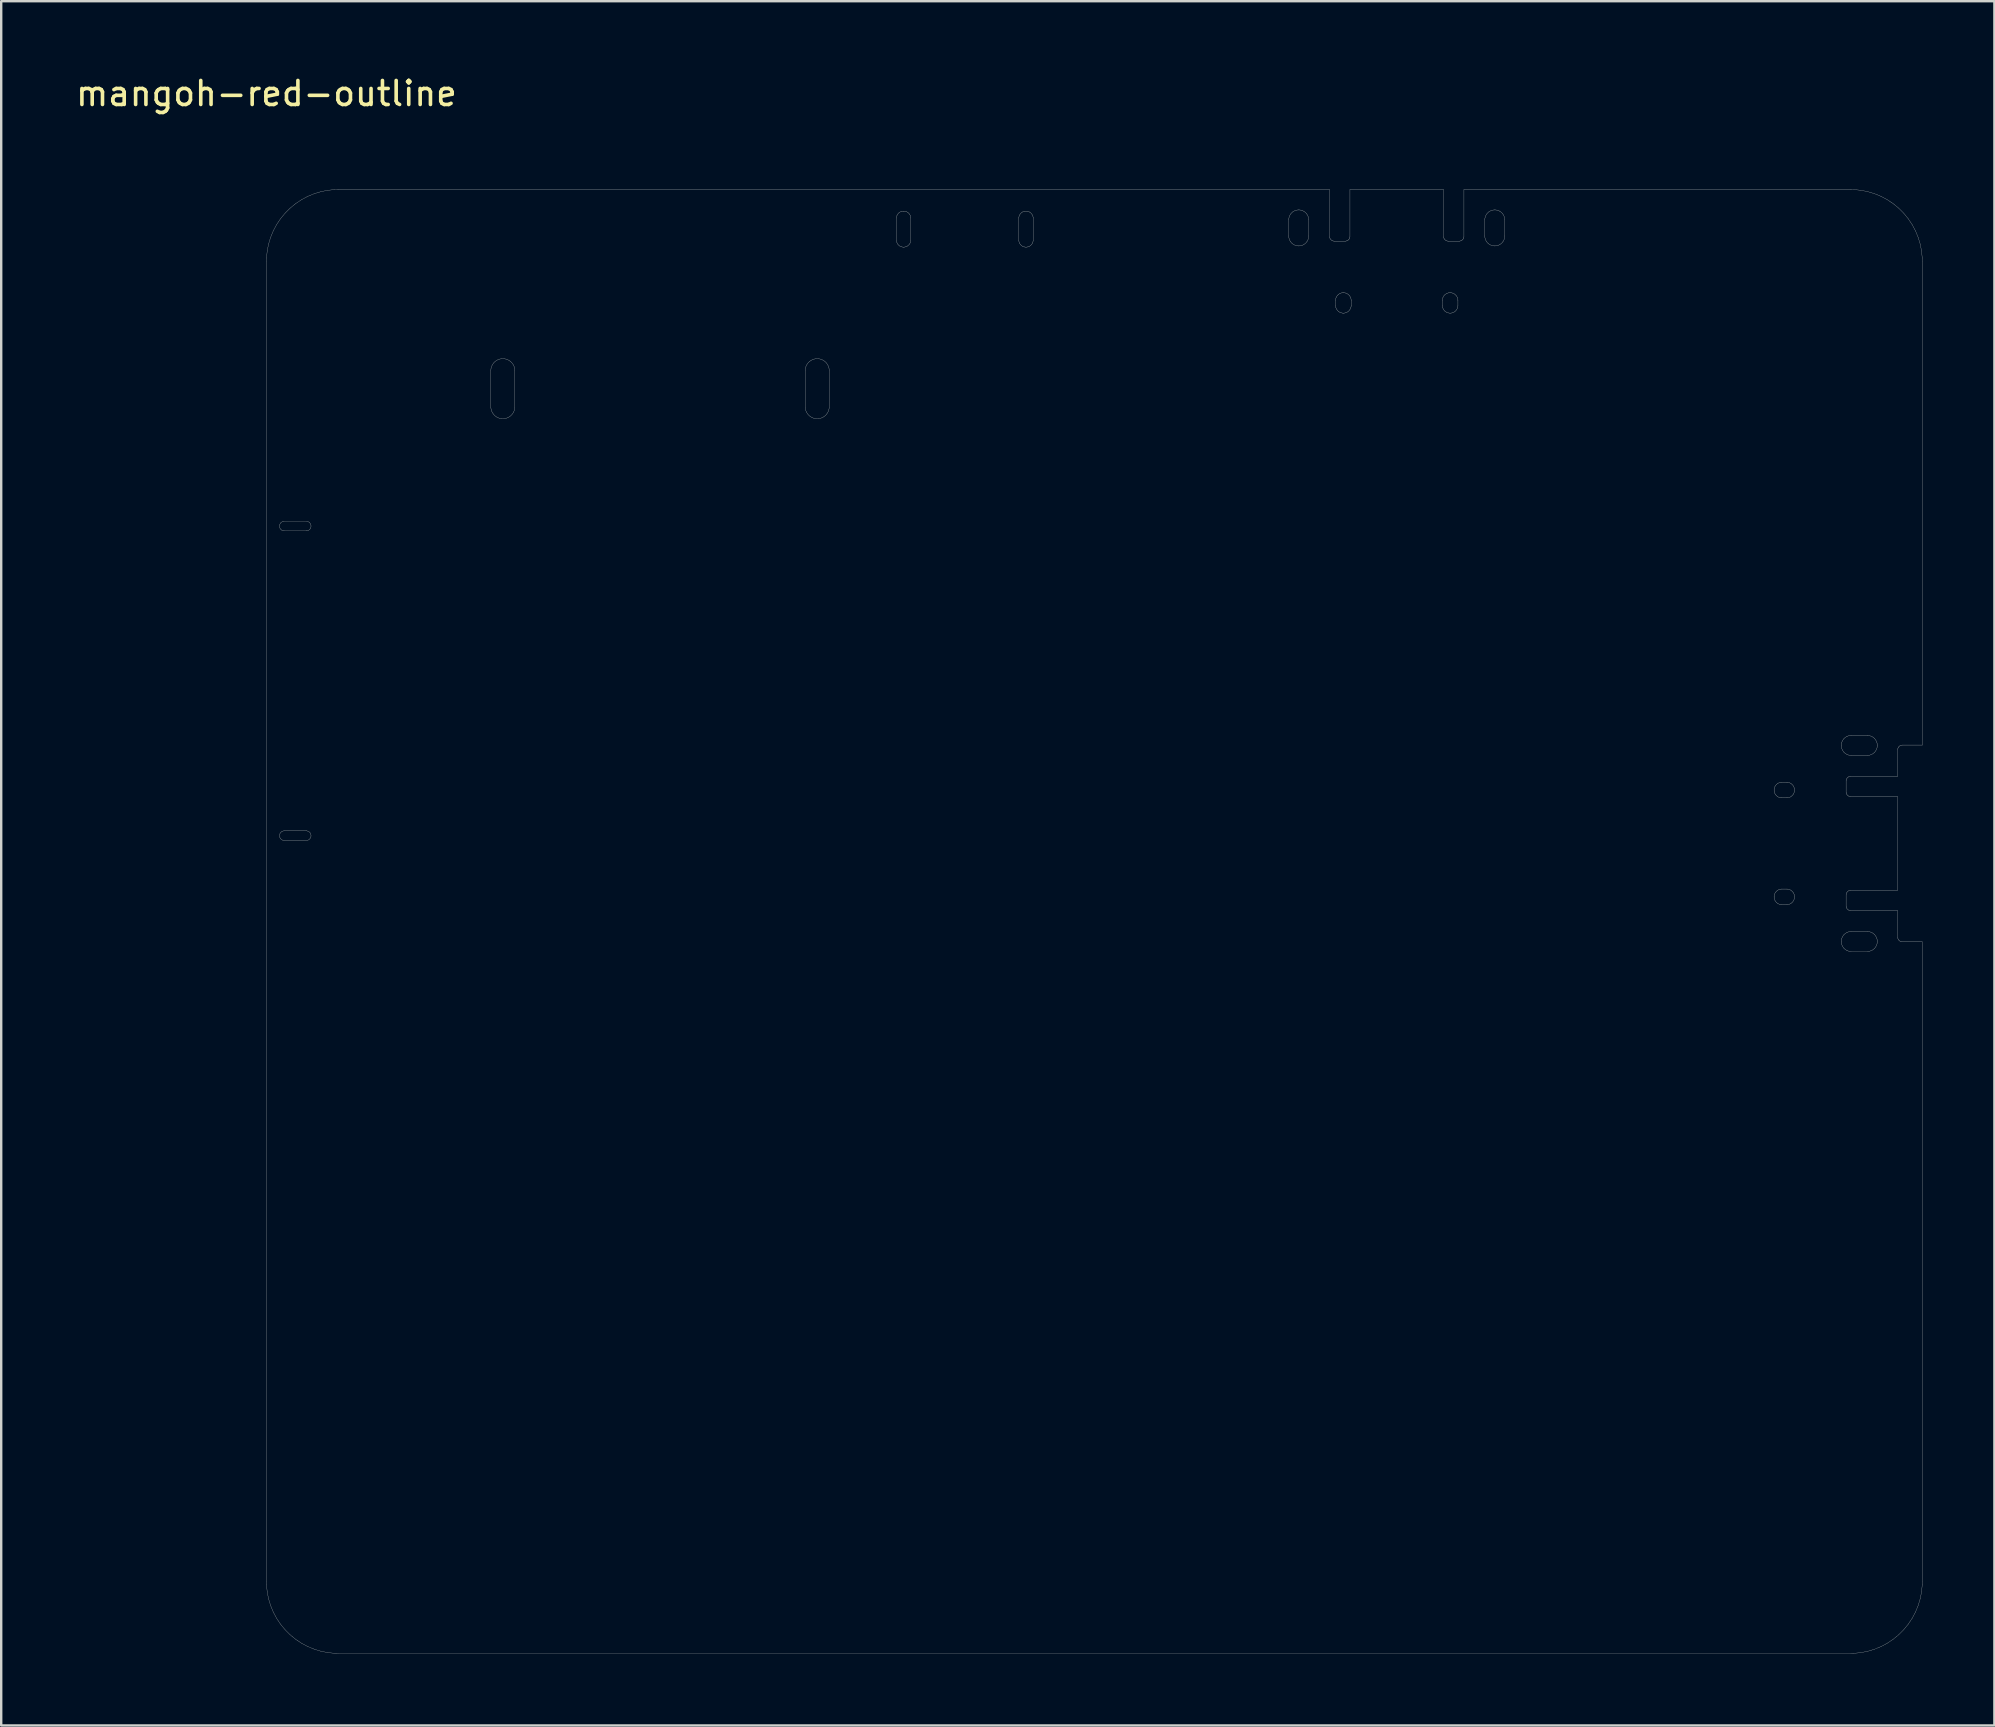
<source format=kicad_pcb>
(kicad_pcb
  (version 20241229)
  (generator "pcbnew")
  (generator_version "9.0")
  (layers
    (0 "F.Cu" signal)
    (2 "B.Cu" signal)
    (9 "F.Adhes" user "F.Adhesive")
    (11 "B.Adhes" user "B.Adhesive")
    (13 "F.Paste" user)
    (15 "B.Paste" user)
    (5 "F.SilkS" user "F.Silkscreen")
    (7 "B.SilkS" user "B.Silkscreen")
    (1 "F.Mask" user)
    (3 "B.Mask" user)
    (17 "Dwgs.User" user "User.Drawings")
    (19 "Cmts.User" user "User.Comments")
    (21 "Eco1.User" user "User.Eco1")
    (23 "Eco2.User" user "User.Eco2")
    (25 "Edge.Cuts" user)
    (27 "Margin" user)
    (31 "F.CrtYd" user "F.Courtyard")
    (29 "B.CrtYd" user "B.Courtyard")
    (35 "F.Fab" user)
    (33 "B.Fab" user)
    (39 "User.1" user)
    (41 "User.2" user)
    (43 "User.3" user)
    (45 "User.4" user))
  (footprint "mangoh-red-outline"
    (layer "F.Cu")
    (at 8.054 4.848)
    (property "Reference" "mangoh-red-outline" (at 0 -4 0) (layer "F.SilkS") (effects (font (size 1 1) (thickness 0.15))))
    (attr through_hole)
    (fp_line (start 0 3) (end 0.002 2.853) (stroke (width 0.01) (type solid)) (layer "Edge.Cuts"))
    (fp_line (start 0 58) (end 0 3) (stroke (width 0.01) (type solid)) (layer "Edge.Cuts"))
    (fp_line (start 0.002 2.853) (end 0.031 2.559) (stroke (width 0.01) (type solid)) (layer "Edge.Cuts"))
    (fp_line (start 0.002 58.147) (end 0 58) (stroke (width 0.01) (type solid)) (layer "Edge.Cuts"))
    (fp_line (start 0.031 2.559) (end 0.088 2.271) (stroke (width 0.01) (type solid)) (layer "Edge.Cuts"))
    (fp_line (start 0.031 58.441) (end 0.002 58.147) (stroke (width 0.01) (type solid)) (layer "Edge.Cuts"))
    (fp_line (start 0.088 2.271) (end 0.174 1.989) (stroke (width 0.01) (type solid)) (layer "Edge.Cuts"))
    (fp_line (start 0.088 58.73) (end 0.031 58.441) (stroke (width 0.01) (type solid)) (layer "Edge.Cuts"))
    (fp_line (start 0.174 1.989) (end 0.286 1.717) (stroke (width 0.01) (type solid)) (layer "Edge.Cuts"))
    (fp_line (start 0.174 59.011) (end 0.088 58.73) (stroke (width 0.01) (type solid)) (layer "Edge.Cuts"))
    (fp_line (start 0.286 1.717) (end 0.425 1.457) (stroke (width 0.01) (type solid)) (layer "Edge.Cuts"))
    (fp_line (start 0.286 59.283) (end 0.174 59.011) (stroke (width 0.01) (type solid)) (layer "Edge.Cuts"))
    (fp_line (start 0.425 1.457) (end 0.589 1.212) (stroke (width 0.01) (type solid)) (layer "Edge.Cuts"))
    (fp_line (start 0.425 59.543) (end 0.286 59.283) (stroke (width 0.01) (type solid)) (layer "Edge.Cuts"))
    (fp_line (start 0.544 14.038) (end 0.545 13.999) (stroke (width 0.01) (type solid)) (layer "Edge.Cuts"))
    (fp_line (start 0.544 26.912) (end 0.55 26.873) (stroke (width 0.01) (type solid)) (layer "Edge.Cuts"))
    (fp_line (start 0.545 13.999) (end 0.554 13.961) (stroke (width 0.01) (type solid)) (layer "Edge.Cuts"))
    (fp_line (start 0.545 26.951) (end 0.544 26.912) (stroke (width 0.01) (type solid)) (layer "Edge.Cuts"))
    (fp_line (start 0.55 14.077) (end 0.544 14.038) (stroke (width 0.01) (type solid)) (layer "Edge.Cuts"))
    (fp_line (start 0.55 26.873) (end 0.564 26.836) (stroke (width 0.01) (type solid)) (layer "Edge.Cuts"))
    (fp_line (start 0.554 13.961) (end 0.57 13.925) (stroke (width 0.01) (type solid)) (layer "Edge.Cuts"))
    (fp_line (start 0.554 26.989) (end 0.545 26.951) (stroke (width 0.01) (type solid)) (layer "Edge.Cuts"))
    (fp_line (start 0.564 14.114) (end 0.55 14.077) (stroke (width 0.01) (type solid)) (layer "Edge.Cuts"))
    (fp_line (start 0.564 26.836) (end 0.585 26.803) (stroke (width 0.01) (type solid)) (layer "Edge.Cuts"))
    (fp_line (start 0.57 13.925) (end 0.593 13.893) (stroke (width 0.01) (type solid)) (layer "Edge.Cuts"))
    (fp_line (start 0.57 27.025) (end 0.554 26.989) (stroke (width 0.01) (type solid)) (layer "Edge.Cuts"))
    (fp_line (start 0.585 14.147) (end 0.564 14.114) (stroke (width 0.01) (type solid)) (layer "Edge.Cuts"))
    (fp_line (start 0.585 26.803) (end 0.612 26.774) (stroke (width 0.01) (type solid)) (layer "Edge.Cuts"))
    (fp_line (start 0.589 1.212) (end 0.776 0.984) (stroke (width 0.01) (type solid)) (layer "Edge.Cuts"))
    (fp_line (start 0.589 59.788) (end 0.425 59.543) (stroke (width 0.01) (type solid)) (layer "Edge.Cuts"))
    (fp_line (start 0.593 13.893) (end 0.621 13.866) (stroke (width 0.01) (type solid)) (layer "Edge.Cuts"))
    (fp_line (start 0.593 27.057) (end 0.57 27.025) (stroke (width 0.01) (type solid)) (layer "Edge.Cuts"))
    (fp_line (start 0.612 14.176) (end 0.585 14.147) (stroke (width 0.01) (type solid)) (layer "Edge.Cuts"))
    (fp_line (start 0.612 26.774) (end 0.644 26.751) (stroke (width 0.01) (type solid)) (layer "Edge.Cuts"))
    (fp_line (start 0.621 13.866) (end 0.655 13.845) (stroke (width 0.01) (type solid)) (layer "Edge.Cuts"))
    (fp_line (start 0.621 27.084) (end 0.593 27.057) (stroke (width 0.01) (type solid)) (layer "Edge.Cuts"))
    (fp_line (start 0.644 14.199) (end 0.612 14.176) (stroke (width 0.01) (type solid)) (layer "Edge.Cuts"))
    (fp_line (start 0.644 26.751) (end 0.68 26.735) (stroke (width 0.01) (type solid)) (layer "Edge.Cuts"))
    (fp_line (start 0.655 13.845) (end 0.692 13.831) (stroke (width 0.01) (type solid)) (layer "Edge.Cuts"))
    (fp_line (start 0.655 27.105) (end 0.621 27.084) (stroke (width 0.01) (type solid)) (layer "Edge.Cuts"))
    (fp_line (start 0.68 14.215) (end 0.644 14.199) (stroke (width 0.01) (type solid)) (layer "Edge.Cuts"))
    (fp_line (start 0.68 26.735) (end 0.718 26.726) (stroke (width 0.01) (type solid)) (layer "Edge.Cuts"))
    (fp_line (start 0.692 13.831) (end 0.73 13.825) (stroke (width 0.01) (type solid)) (layer "Edge.Cuts"))
    (fp_line (start 0.692 27.119) (end 0.655 27.105) (stroke (width 0.01) (type solid)) (layer "Edge.Cuts"))
    (fp_line (start 0.718 14.224) (end 0.68 14.215) (stroke (width 0.01) (type solid)) (layer "Edge.Cuts"))
    (fp_line (start 0.718 26.726) (end 0.75 26.725) (stroke (width 0.01) (type solid)) (layer "Edge.Cuts"))
    (fp_line (start 0.73 13.825) (end 1.67 13.825) (stroke (width 0.01) (type solid)) (layer "Edge.Cuts"))
    (fp_line (start 0.73 27.125) (end 0.692 27.119) (stroke (width 0.01) (type solid)) (layer "Edge.Cuts"))
    (fp_line (start 0.75 14.225) (end 0.718 14.224) (stroke (width 0.01) (type solid)) (layer "Edge.Cuts"))
    (fp_line (start 0.75 26.725) (end 1.65 26.725) (stroke (width 0.01) (type solid)) (layer "Edge.Cuts"))
    (fp_line (start 0.776 0.984) (end 0.984 0.776) (stroke (width 0.01) (type solid)) (layer "Edge.Cuts"))
    (fp_line (start 0.776 60.016) (end 0.589 59.788) (stroke (width 0.01) (type solid)) (layer "Edge.Cuts"))
    (fp_line (start 0.984 0.776) (end 1.212 0.589) (stroke (width 0.01) (type solid)) (layer "Edge.Cuts"))
    (fp_line (start 0.984 60.224) (end 0.776 60.016) (stroke (width 0.01) (type solid)) (layer "Edge.Cuts"))
    (fp_line (start 1.212 0.589) (end 1.457 0.425) (stroke (width 0.01) (type solid)) (layer "Edge.Cuts"))
    (fp_line (start 1.212 60.411) (end 0.984 60.224) (stroke (width 0.01) (type solid)) (layer "Edge.Cuts"))
    (fp_line (start 1.457 0.425) (end 1.716 0.286) (stroke (width 0.01) (type solid)) (layer "Edge.Cuts"))
    (fp_line (start 1.457 60.575) (end 1.212 60.411) (stroke (width 0.01) (type solid)) (layer "Edge.Cuts"))
    (fp_line (start 1.65 14.225) (end 0.75 14.225) (stroke (width 0.01) (type solid)) (layer "Edge.Cuts"))
    (fp_line (start 1.65 26.725) (end 1.682 26.726) (stroke (width 0.01) (type solid)) (layer "Edge.Cuts"))
    (fp_line (start 1.67 13.825) (end 1.708 13.831) (stroke (width 0.01) (type solid)) (layer "Edge.Cuts"))
    (fp_line (start 1.67 27.125) (end 0.73 27.125) (stroke (width 0.01) (type solid)) (layer "Edge.Cuts"))
    (fp_line (start 1.682 14.224) (end 1.65 14.225) (stroke (width 0.01) (type solid)) (layer "Edge.Cuts"))
    (fp_line (start 1.682 26.726) (end 1.72 26.735) (stroke (width 0.01) (type solid)) (layer "Edge.Cuts"))
    (fp_line (start 1.708 13.831) (end 1.745 13.845) (stroke (width 0.01) (type solid)) (layer "Edge.Cuts"))
    (fp_line (start 1.708 27.119) (end 1.67 27.125) (stroke (width 0.01) (type solid)) (layer "Edge.Cuts"))
    (fp_line (start 1.716 0.286) (end 1.989 0.174) (stroke (width 0.01) (type solid)) (layer "Edge.Cuts"))
    (fp_line (start 1.717 60.714) (end 1.457 60.575) (stroke (width 0.01) (type solid)) (layer "Edge.Cuts"))
    (fp_line (start 1.72 14.215) (end 1.682 14.224) (stroke (width 0.01) (type solid)) (layer "Edge.Cuts"))
    (fp_line (start 1.72 26.735) (end 1.756 26.751) (stroke (width 0.01) (type solid)) (layer "Edge.Cuts"))
    (fp_line (start 1.745 13.845) (end 1.779 13.866) (stroke (width 0.01) (type solid)) (layer "Edge.Cuts"))
    (fp_line (start 1.745 27.105) (end 1.708 27.119) (stroke (width 0.01) (type solid)) (layer "Edge.Cuts"))
    (fp_line (start 1.756 14.199) (end 1.72 14.215) (stroke (width 0.01) (type solid)) (layer "Edge.Cuts"))
    (fp_line (start 1.756 26.751) (end 1.788 26.774) (stroke (width 0.01) (type solid)) (layer "Edge.Cuts"))
    (fp_line (start 1.779 13.866) (end 1.807 13.893) (stroke (width 0.01) (type solid)) (layer "Edge.Cuts"))
    (fp_line (start 1.779 27.084) (end 1.745 27.105) (stroke (width 0.01) (type solid)) (layer "Edge.Cuts"))
    (fp_line (start 1.788 14.176) (end 1.756 14.199) (stroke (width 0.01) (type solid)) (layer "Edge.Cuts"))
    (fp_line (start 1.788 26.774) (end 1.815 26.803) (stroke (width 0.01) (type solid)) (layer "Edge.Cuts"))
    (fp_line (start 1.807 13.893) (end 1.83 13.925) (stroke (width 0.01) (type solid)) (layer "Edge.Cuts"))
    (fp_line (start 1.807 27.057) (end 1.779 27.084) (stroke (width 0.01) (type solid)) (layer "Edge.Cuts"))
    (fp_line (start 1.815 14.147) (end 1.788 14.176) (stroke (width 0.01) (type solid)) (layer "Edge.Cuts"))
    (fp_line (start 1.815 26.803) (end 1.836 26.836) (stroke (width 0.01) (type solid)) (layer "Edge.Cuts"))
    (fp_line (start 1.83 13.925) (end 1.846 13.961) (stroke (width 0.01) (type solid)) (layer "Edge.Cuts"))
    (fp_line (start 1.83 27.025) (end 1.807 27.057) (stroke (width 0.01) (type solid)) (layer "Edge.Cuts"))
    (fp_line (start 1.836 14.114) (end 1.815 14.147) (stroke (width 0.01) (type solid)) (layer "Edge.Cuts"))
    (fp_line (start 1.836 26.836) (end 1.85 26.873) (stroke (width 0.01) (type solid)) (layer "Edge.Cuts"))
    (fp_line (start 1.846 13.961) (end 1.855 13.999) (stroke (width 0.01) (type solid)) (layer "Edge.Cuts"))
    (fp_line (start 1.846 26.989) (end 1.83 27.025) (stroke (width 0.01) (type solid)) (layer "Edge.Cuts"))
    (fp_line (start 1.85 14.077) (end 1.836 14.114) (stroke (width 0.01) (type solid)) (layer "Edge.Cuts"))
    (fp_line (start 1.85 26.873) (end 1.856 26.912) (stroke (width 0.01) (type solid)) (layer "Edge.Cuts"))
    (fp_line (start 1.855 13.999) (end 1.856 14.038) (stroke (width 0.01) (type solid)) (layer "Edge.Cuts"))
    (fp_line (start 1.855 26.951) (end 1.846 26.989) (stroke (width 0.01) (type solid)) (layer "Edge.Cuts"))
    (fp_line (start 1.856 14.038) (end 1.85 14.077) (stroke (width 0.01) (type solid)) (layer "Edge.Cuts"))
    (fp_line (start 1.856 26.912) (end 1.855 26.951) (stroke (width 0.01) (type solid)) (layer "Edge.Cuts"))
    (fp_line (start 1.989 0.174) (end 2.271 0.088) (stroke (width 0.01) (type solid)) (layer "Edge.Cuts"))
    (fp_line (start 1.989 60.826) (end 1.717 60.714) (stroke (width 0.01) (type solid)) (layer "Edge.Cuts"))
    (fp_line (start 2.271 0.088) (end 2.559 0.031) (stroke (width 0.01) (type solid)) (layer "Edge.Cuts"))
    (fp_line (start 2.271 60.912) (end 1.989 60.826) (stroke (width 0.01) (type solid)) (layer "Edge.Cuts"))
    (fp_line (start 2.559 0.031) (end 2.853 0.002) (stroke (width 0.01) (type solid)) (layer "Edge.Cuts"))
    (fp_line (start 2.56 60.969) (end 2.271 60.912) (stroke (width 0.01) (type solid)) (layer "Edge.Cuts"))
    (fp_line (start 2.853 0.002) (end 3 0) (stroke (width 0.01) (type solid)) (layer "Edge.Cuts"))
    (fp_line (start 2.853 60.998) (end 2.56 60.969) (stroke (width 0.01) (type solid)) (layer "Edge.Cuts"))
    (fp_line (start 3 0) (end 44.3 0) (stroke (width 0.01) (type solid)) (layer "Edge.Cuts"))
    (fp_line (start 3 61) (end 2.853 60.998) (stroke (width 0.01) (type solid)) (layer "Edge.Cuts"))
    (fp_line (start 9.35 7.525) (end 9.355 7.476) (stroke (width 0.01) (type solid)) (layer "Edge.Cuts"))
    (fp_line (start 9.35 9.075) (end 9.35 7.525) (stroke (width 0.01) (type solid)) (layer "Edge.Cuts"))
    (fp_line (start 9.355 7.476) (end 9.364 7.428) (stroke (width 0.01) (type solid)) (layer "Edge.Cuts"))
    (fp_line (start 9.355 9.123) (end 9.35 9.075) (stroke (width 0.01) (type solid)) (layer "Edge.Cuts"))
    (fp_line (start 9.364 7.428) (end 9.379 7.381) (stroke (width 0.01) (type solid)) (layer "Edge.Cuts"))
    (fp_line (start 9.364 9.172) (end 9.355 9.123) (stroke (width 0.01) (type solid)) (layer "Edge.Cuts"))
    (fp_line (start 9.379 7.381) (end 9.398 7.336) (stroke (width 0.01) (type solid)) (layer "Edge.Cuts"))
    (fp_line (start 9.379 9.219) (end 9.364 9.172) (stroke (width 0.01) (type solid)) (layer "Edge.Cuts"))
    (fp_line (start 9.398 7.336) (end 9.421 7.293) (stroke (width 0.01) (type solid)) (layer "Edge.Cuts"))
    (fp_line (start 9.398 9.264) (end 9.379 9.219) (stroke (width 0.01) (type solid)) (layer "Edge.Cuts"))
    (fp_line (start 9.421 7.293) (end 9.448 7.252) (stroke (width 0.01) (type solid)) (layer "Edge.Cuts"))
    (fp_line (start 9.421 9.307) (end 9.398 9.264) (stroke (width 0.01) (type solid)) (layer "Edge.Cuts"))
    (fp_line (start 9.448 7.252) (end 9.479 7.214) (stroke (width 0.01) (type solid)) (layer "Edge.Cuts"))
    (fp_line (start 9.448 9.348) (end 9.421 9.307) (stroke (width 0.01) (type solid)) (layer "Edge.Cuts"))
    (fp_line (start 9.479 7.214) (end 9.514 7.179) (stroke (width 0.01) (type solid)) (layer "Edge.Cuts"))
    (fp_line (start 9.479 9.386) (end 9.448 9.348) (stroke (width 0.01) (type solid)) (layer "Edge.Cuts"))
    (fp_line (start 9.514 7.179) (end 9.552 7.148) (stroke (width 0.01) (type solid)) (layer "Edge.Cuts"))
    (fp_line (start 9.514 9.421) (end 9.479 9.386) (stroke (width 0.01) (type solid)) (layer "Edge.Cuts"))
    (fp_line (start 9.552 7.148) (end 9.593 7.121) (stroke (width 0.01) (type solid)) (layer "Edge.Cuts"))
    (fp_line (start 9.552 9.452) (end 9.514 9.421) (stroke (width 0.01) (type solid)) (layer "Edge.Cuts"))
    (fp_line (start 9.593 7.121) (end 9.636 7.098) (stroke (width 0.01) (type solid)) (layer "Edge.Cuts"))
    (fp_line (start 9.593 9.479) (end 9.552 9.452) (stroke (width 0.01) (type solid)) (layer "Edge.Cuts"))
    (fp_line (start 9.636 7.098) (end 9.681 7.079) (stroke (width 0.01) (type solid)) (layer "Edge.Cuts"))
    (fp_line (start 9.636 9.502) (end 9.593 9.479) (stroke (width 0.01) (type solid)) (layer "Edge.Cuts"))
    (fp_line (start 9.681 7.079) (end 9.728 7.064) (stroke (width 0.01) (type solid)) (layer "Edge.Cuts"))
    (fp_line (start 9.681 9.521) (end 9.636 9.502) (stroke (width 0.01) (type solid)) (layer "Edge.Cuts"))
    (fp_line (start 9.728 7.064) (end 9.777 7.055) (stroke (width 0.01) (type solid)) (layer "Edge.Cuts"))
    (fp_line (start 9.728 9.536) (end 9.681 9.521) (stroke (width 0.01) (type solid)) (layer "Edge.Cuts"))
    (fp_line (start 9.777 7.055) (end 9.825 7.05) (stroke (width 0.01) (type solid)) (layer "Edge.Cuts"))
    (fp_line (start 9.777 9.545) (end 9.728 9.536) (stroke (width 0.01) (type solid)) (layer "Edge.Cuts"))
    (fp_line (start 9.825 7.05) (end 9.875 7.05) (stroke (width 0.01) (type solid)) (layer "Edge.Cuts"))
    (fp_line (start 9.825 9.55) (end 9.777 9.545) (stroke (width 0.01) (type solid)) (layer "Edge.Cuts"))
    (fp_line (start 9.875 7.05) (end 9.924 7.055) (stroke (width 0.01) (type solid)) (layer "Edge.Cuts"))
    (fp_line (start 9.875 9.55) (end 9.825 9.55) (stroke (width 0.01) (type solid)) (layer "Edge.Cuts"))
    (fp_line (start 9.924 7.055) (end 9.972 7.064) (stroke (width 0.01) (type solid)) (layer "Edge.Cuts"))
    (fp_line (start 9.924 9.545) (end 9.875 9.55) (stroke (width 0.01) (type solid)) (layer "Edge.Cuts"))
    (fp_line (start 9.972 7.064) (end 10.019 7.079) (stroke (width 0.01) (type solid)) (layer "Edge.Cuts"))
    (fp_line (start 9.972 9.536) (end 9.924 9.545) (stroke (width 0.01) (type solid)) (layer "Edge.Cuts"))
    (fp_line (start 10.019 7.079) (end 10.064 7.098) (stroke (width 0.01) (type solid)) (layer "Edge.Cuts"))
    (fp_line (start 10.019 9.521) (end 9.972 9.536) (stroke (width 0.01) (type solid)) (layer "Edge.Cuts"))
    (fp_line (start 10.064 7.098) (end 10.107 7.121) (stroke (width 0.01) (type solid)) (layer "Edge.Cuts"))
    (fp_line (start 10.064 9.502) (end 10.019 9.521) (stroke (width 0.01) (type solid)) (layer "Edge.Cuts"))
    (fp_line (start 10.107 7.121) (end 10.148 7.148) (stroke (width 0.01) (type solid)) (layer "Edge.Cuts"))
    (fp_line (start 10.107 9.479) (end 10.064 9.502) (stroke (width 0.01) (type solid)) (layer "Edge.Cuts"))
    (fp_line (start 10.148 7.148) (end 10.186 7.179) (stroke (width 0.01) (type solid)) (layer "Edge.Cuts"))
    (fp_line (start 10.148 9.452) (end 10.107 9.479) (stroke (width 0.01) (type solid)) (layer "Edge.Cuts"))
    (fp_line (start 10.186 7.179) (end 10.221 7.214) (stroke (width 0.01) (type solid)) (layer "Edge.Cuts"))
    (fp_line (start 10.186 9.421) (end 10.148 9.452) (stroke (width 0.01) (type solid)) (layer "Edge.Cuts"))
    (fp_line (start 10.221 7.214) (end 10.252 7.252) (stroke (width 0.01) (type solid)) (layer "Edge.Cuts"))
    (fp_line (start 10.221 9.386) (end 10.186 9.421) (stroke (width 0.01) (type solid)) (layer "Edge.Cuts"))
    (fp_line (start 10.252 7.252) (end 10.279 7.293) (stroke (width 0.01) (type solid)) (layer "Edge.Cuts"))
    (fp_line (start 10.252 9.348) (end 10.221 9.386) (stroke (width 0.01) (type solid)) (layer "Edge.Cuts"))
    (fp_line (start 10.279 7.293) (end 10.303 7.336) (stroke (width 0.01) (type solid)) (layer "Edge.Cuts"))
    (fp_line (start 10.279 9.307) (end 10.252 9.348) (stroke (width 0.01) (type solid)) (layer "Edge.Cuts"))
    (fp_line (start 10.303 7.336) (end 10.321 7.381) (stroke (width 0.01) (type solid)) (layer "Edge.Cuts"))
    (fp_line (start 10.303 9.264) (end 10.279 9.307) (stroke (width 0.01) (type solid)) (layer "Edge.Cuts"))
    (fp_line (start 10.321 7.381) (end 10.336 7.428) (stroke (width 0.01) (type solid)) (layer "Edge.Cuts"))
    (fp_line (start 10.321 9.219) (end 10.303 9.264) (stroke (width 0.01) (type solid)) (layer "Edge.Cuts"))
    (fp_line (start 10.336 7.428) (end 10.345 7.476) (stroke (width 0.01) (type solid)) (layer "Edge.Cuts"))
    (fp_line (start 10.336 9.172) (end 10.321 9.219) (stroke (width 0.01) (type solid)) (layer "Edge.Cuts"))
    (fp_line (start 10.345 7.476) (end 10.35 7.525) (stroke (width 0.01) (type solid)) (layer "Edge.Cuts"))
    (fp_line (start 10.345 9.123) (end 10.336 9.172) (stroke (width 0.01) (type solid)) (layer "Edge.Cuts"))
    (fp_line (start 10.35 7.525) (end 10.35 9.075) (stroke (width 0.01) (type solid)) (layer "Edge.Cuts"))
    (fp_line (start 10.35 9.075) (end 10.345 9.123) (stroke (width 0.01) (type solid)) (layer "Edge.Cuts"))
    (fp_line (start 22.45 7.525) (end 22.455 7.476) (stroke (width 0.01) (type solid)) (layer "Edge.Cuts"))
    (fp_line (start 22.45 9.075) (end 22.45 7.525) (stroke (width 0.01) (type solid)) (layer "Edge.Cuts"))
    (fp_line (start 22.455 7.476) (end 22.464 7.428) (stroke (width 0.01) (type solid)) (layer "Edge.Cuts"))
    (fp_line (start 22.455 9.123) (end 22.45 9.075) (stroke (width 0.01) (type solid)) (layer "Edge.Cuts"))
    (fp_line (start 22.464 7.428) (end 22.479 7.381) (stroke (width 0.01) (type solid)) (layer "Edge.Cuts"))
    (fp_line (start 22.464 9.172) (end 22.455 9.123) (stroke (width 0.01) (type solid)) (layer "Edge.Cuts"))
    (fp_line (start 22.479 7.381) (end 22.497 7.336) (stroke (width 0.01) (type solid)) (layer "Edge.Cuts"))
    (fp_line (start 22.479 9.219) (end 22.464 9.172) (stroke (width 0.01) (type solid)) (layer "Edge.Cuts"))
    (fp_line (start 22.497 7.336) (end 22.521 7.293) (stroke (width 0.01) (type solid)) (layer "Edge.Cuts"))
    (fp_line (start 22.497 9.264) (end 22.479 9.219) (stroke (width 0.01) (type solid)) (layer "Edge.Cuts"))
    (fp_line (start 22.521 7.293) (end 22.548 7.252) (stroke (width 0.01) (type solid)) (layer "Edge.Cuts"))
    (fp_line (start 22.521 9.307) (end 22.497 9.264) (stroke (width 0.01) (type solid)) (layer "Edge.Cuts"))
    (fp_line (start 22.548 7.252) (end 22.579 7.214) (stroke (width 0.01) (type solid)) (layer "Edge.Cuts"))
    (fp_line (start 22.548 9.348) (end 22.521 9.307) (stroke (width 0.01) (type solid)) (layer "Edge.Cuts"))
    (fp_line (start 22.579 7.214) (end 22.614 7.179) (stroke (width 0.01) (type solid)) (layer "Edge.Cuts"))
    (fp_line (start 22.579 9.386) (end 22.548 9.348) (stroke (width 0.01) (type solid)) (layer "Edge.Cuts"))
    (fp_line (start 22.614 7.179) (end 22.652 7.148) (stroke (width 0.01) (type solid)) (layer "Edge.Cuts"))
    (fp_line (start 22.614 9.421) (end 22.579 9.386) (stroke (width 0.01) (type solid)) (layer "Edge.Cuts"))
    (fp_line (start 22.652 7.148) (end 22.693 7.121) (stroke (width 0.01) (type solid)) (layer "Edge.Cuts"))
    (fp_line (start 22.652 9.452) (end 22.614 9.421) (stroke (width 0.01) (type solid)) (layer "Edge.Cuts"))
    (fp_line (start 22.693 7.121) (end 22.736 7.098) (stroke (width 0.01) (type solid)) (layer "Edge.Cuts"))
    (fp_line (start 22.693 9.479) (end 22.652 9.452) (stroke (width 0.01) (type solid)) (layer "Edge.Cuts"))
    (fp_line (start 22.736 7.098) (end 22.781 7.079) (stroke (width 0.01) (type solid)) (layer "Edge.Cuts"))
    (fp_line (start 22.736 9.502) (end 22.693 9.479) (stroke (width 0.01) (type solid)) (layer "Edge.Cuts"))
    (fp_line (start 22.781 7.079) (end 22.828 7.064) (stroke (width 0.01) (type solid)) (layer "Edge.Cuts"))
    (fp_line (start 22.781 9.521) (end 22.736 9.502) (stroke (width 0.01) (type solid)) (layer "Edge.Cuts"))
    (fp_line (start 22.828 7.064) (end 22.877 7.055) (stroke (width 0.01) (type solid)) (layer "Edge.Cuts"))
    (fp_line (start 22.828 9.536) (end 22.781 9.521) (stroke (width 0.01) (type solid)) (layer "Edge.Cuts"))
    (fp_line (start 22.877 7.055) (end 22.925 7.05) (stroke (width 0.01) (type solid)) (layer "Edge.Cuts"))
    (fp_line (start 22.877 9.545) (end 22.828 9.536) (stroke (width 0.01) (type solid)) (layer "Edge.Cuts"))
    (fp_line (start 22.925 7.05) (end 22.975 7.05) (stroke (width 0.01) (type solid)) (layer "Edge.Cuts"))
    (fp_line (start 22.925 9.55) (end 22.877 9.545) (stroke (width 0.01) (type solid)) (layer "Edge.Cuts"))
    (fp_line (start 22.975 7.05) (end 23.023 7.055) (stroke (width 0.01) (type solid)) (layer "Edge.Cuts"))
    (fp_line (start 22.975 9.55) (end 22.925 9.55) (stroke (width 0.01) (type solid)) (layer "Edge.Cuts"))
    (fp_line (start 23.023 7.055) (end 23.072 7.064) (stroke (width 0.01) (type solid)) (layer "Edge.Cuts"))
    (fp_line (start 23.023 9.545) (end 22.975 9.55) (stroke (width 0.01) (type solid)) (layer "Edge.Cuts"))
    (fp_line (start 23.072 7.064) (end 23.119 7.079) (stroke (width 0.01) (type solid)) (layer "Edge.Cuts"))
    (fp_line (start 23.072 9.536) (end 23.023 9.545) (stroke (width 0.01) (type solid)) (layer "Edge.Cuts"))
    (fp_line (start 23.119 7.079) (end 23.164 7.098) (stroke (width 0.01) (type solid)) (layer "Edge.Cuts"))
    (fp_line (start 23.119 9.521) (end 23.072 9.536) (stroke (width 0.01) (type solid)) (layer "Edge.Cuts"))
    (fp_line (start 23.164 7.098) (end 23.207 7.121) (stroke (width 0.01) (type solid)) (layer "Edge.Cuts"))
    (fp_line (start 23.164 9.502) (end 23.119 9.521) (stroke (width 0.01) (type solid)) (layer "Edge.Cuts"))
    (fp_line (start 23.207 7.121) (end 23.248 7.148) (stroke (width 0.01) (type solid)) (layer "Edge.Cuts"))
    (fp_line (start 23.207 9.479) (end 23.164 9.502) (stroke (width 0.01) (type solid)) (layer "Edge.Cuts"))
    (fp_line (start 23.248 7.148) (end 23.286 7.179) (stroke (width 0.01) (type solid)) (layer "Edge.Cuts"))
    (fp_line (start 23.248 9.452) (end 23.207 9.479) (stroke (width 0.01) (type solid)) (layer "Edge.Cuts"))
    (fp_line (start 23.286 7.179) (end 23.321 7.214) (stroke (width 0.01) (type solid)) (layer "Edge.Cuts"))
    (fp_line (start 23.286 9.421) (end 23.248 9.452) (stroke (width 0.01) (type solid)) (layer "Edge.Cuts"))
    (fp_line (start 23.321 7.214) (end 23.352 7.252) (stroke (width 0.01) (type solid)) (layer "Edge.Cuts"))
    (fp_line (start 23.321 9.386) (end 23.286 9.421) (stroke (width 0.01) (type solid)) (layer "Edge.Cuts"))
    (fp_line (start 23.352 7.252) (end 23.379 7.293) (stroke (width 0.01) (type solid)) (layer "Edge.Cuts"))
    (fp_line (start 23.352 9.348) (end 23.321 9.386) (stroke (width 0.01) (type solid)) (layer "Edge.Cuts"))
    (fp_line (start 23.379 7.293) (end 23.402 7.336) (stroke (width 0.01) (type solid)) (layer "Edge.Cuts"))
    (fp_line (start 23.379 9.307) (end 23.352 9.348) (stroke (width 0.01) (type solid)) (layer "Edge.Cuts"))
    (fp_line (start 23.402 7.336) (end 23.421 7.381) (stroke (width 0.01) (type solid)) (layer "Edge.Cuts"))
    (fp_line (start 23.402 9.264) (end 23.379 9.307) (stroke (width 0.01) (type solid)) (layer "Edge.Cuts"))
    (fp_line (start 23.421 7.381) (end 23.436 7.428) (stroke (width 0.01) (type solid)) (layer "Edge.Cuts"))
    (fp_line (start 23.421 9.219) (end 23.402 9.264) (stroke (width 0.01) (type solid)) (layer "Edge.Cuts"))
    (fp_line (start 23.436 7.428) (end 23.445 7.476) (stroke (width 0.01) (type solid)) (layer "Edge.Cuts"))
    (fp_line (start 23.436 9.172) (end 23.421 9.219) (stroke (width 0.01) (type solid)) (layer "Edge.Cuts"))
    (fp_line (start 23.445 7.476) (end 23.45 7.525) (stroke (width 0.01) (type solid)) (layer "Edge.Cuts"))
    (fp_line (start 23.445 9.123) (end 23.436 9.172) (stroke (width 0.01) (type solid)) (layer "Edge.Cuts"))
    (fp_line (start 23.45 7.525) (end 23.45 9.075) (stroke (width 0.01) (type solid)) (layer "Edge.Cuts"))
    (fp_line (start 23.45 9.075) (end 23.445 9.123) (stroke (width 0.01) (type solid)) (layer "Edge.Cuts"))
    (fp_line (start 26.25 1.185) (end 26.253 1.156) (stroke (width 0.01) (type solid)) (layer "Edge.Cuts"))
    (fp_line (start 26.25 2.115) (end 26.25 1.185) (stroke (width 0.01) (type solid)) (layer "Edge.Cuts"))
    (fp_line (start 26.253 1.156) (end 26.259 1.127) (stroke (width 0.01) (type solid)) (layer "Edge.Cuts"))
    (fp_line (start 26.253 2.144) (end 26.25 2.115) (stroke (width 0.01) (type solid)) (layer "Edge.Cuts"))
    (fp_line (start 26.259 1.127) (end 26.267 1.099) (stroke (width 0.01) (type solid)) (layer "Edge.Cuts"))
    (fp_line (start 26.259 2.173) (end 26.253 2.144) (stroke (width 0.01) (type solid)) (layer "Edge.Cuts"))
    (fp_line (start 26.267 1.099) (end 26.279 1.072) (stroke (width 0.01) (type solid)) (layer "Edge.Cuts"))
    (fp_line (start 26.267 2.201) (end 26.259 2.173) (stroke (width 0.01) (type solid)) (layer "Edge.Cuts"))
    (fp_line (start 26.279 1.072) (end 26.292 1.046) (stroke (width 0.01) (type solid)) (layer "Edge.Cuts"))
    (fp_line (start 26.279 2.228) (end 26.267 2.201) (stroke (width 0.01) (type solid)) (layer "Edge.Cuts"))
    (fp_line (start 26.292 1.046) (end 26.309 1.021) (stroke (width 0.01) (type solid)) (layer "Edge.Cuts"))
    (fp_line (start 26.292 2.254) (end 26.279 2.228) (stroke (width 0.01) (type solid)) (layer "Edge.Cuts"))
    (fp_line (start 26.309 1.021) (end 26.328 0.998) (stroke (width 0.01) (type solid)) (layer "Edge.Cuts"))
    (fp_line (start 26.309 2.279) (end 26.292 2.254) (stroke (width 0.01) (type solid)) (layer "Edge.Cuts"))
    (fp_line (start 26.328 0.998) (end 26.348 0.977) (stroke (width 0.01) (type solid)) (layer "Edge.Cuts"))
    (fp_line (start 26.328 2.302) (end 26.309 2.279) (stroke (width 0.01) (type solid)) (layer "Edge.Cuts"))
    (fp_line (start 26.348 0.977) (end 26.371 0.959) (stroke (width 0.01) (type solid)) (layer "Edge.Cuts"))
    (fp_line (start 26.348 2.322) (end 26.328 2.302) (stroke (width 0.01) (type solid)) (layer "Edge.Cuts"))
    (fp_line (start 26.371 0.959) (end 26.396 0.942) (stroke (width 0.01) (type solid)) (layer "Edge.Cuts"))
    (fp_line (start 26.371 2.341) (end 26.348 2.322) (stroke (width 0.01) (type solid)) (layer "Edge.Cuts"))
    (fp_line (start 26.396 0.942) (end 26.422 0.928) (stroke (width 0.01) (type solid)) (layer "Edge.Cuts"))
    (fp_line (start 26.396 2.358) (end 26.371 2.341) (stroke (width 0.01) (type solid)) (layer "Edge.Cuts"))
    (fp_line (start 26.422 0.928) (end 26.449 0.917) (stroke (width 0.01) (type solid)) (layer "Edge.Cuts"))
    (fp_line (start 26.422 2.372) (end 26.396 2.358) (stroke (width 0.01) (type solid)) (layer "Edge.Cuts"))
    (fp_line (start 26.449 0.917) (end 26.477 0.909) (stroke (width 0.01) (type solid)) (layer "Edge.Cuts"))
    (fp_line (start 26.449 2.383) (end 26.422 2.372) (stroke (width 0.01) (type solid)) (layer "Edge.Cuts"))
    (fp_line (start 26.477 0.909) (end 26.506 0.903) (stroke (width 0.01) (type solid)) (layer "Edge.Cuts"))
    (fp_line (start 26.477 2.391) (end 26.449 2.383) (stroke (width 0.01) (type solid)) (layer "Edge.Cuts"))
    (fp_line (start 26.506 0.903) (end 26.535 0.9) (stroke (width 0.01) (type solid)) (layer "Edge.Cuts"))
    (fp_line (start 26.506 2.397) (end 26.477 2.391) (stroke (width 0.01) (type solid)) (layer "Edge.Cuts"))
    (fp_line (start 26.535 0.9) (end 26.565 0.9) (stroke (width 0.01) (type solid)) (layer "Edge.Cuts"))
    (fp_line (start 26.535 2.4) (end 26.506 2.397) (stroke (width 0.01) (type solid)) (layer "Edge.Cuts"))
    (fp_line (start 26.565 0.9) (end 26.594 0.903) (stroke (width 0.01) (type solid)) (layer "Edge.Cuts"))
    (fp_line (start 26.565 2.4) (end 26.535 2.4) (stroke (width 0.01) (type solid)) (layer "Edge.Cuts"))
    (fp_line (start 26.594 0.903) (end 26.623 0.909) (stroke (width 0.01) (type solid)) (layer "Edge.Cuts"))
    (fp_line (start 26.594 2.397) (end 26.565 2.4) (stroke (width 0.01) (type solid)) (layer "Edge.Cuts"))
    (fp_line (start 26.623 0.909) (end 26.651 0.917) (stroke (width 0.01) (type solid)) (layer "Edge.Cuts"))
    (fp_line (start 26.623 2.391) (end 26.594 2.397) (stroke (width 0.01) (type solid)) (layer "Edge.Cuts"))
    (fp_line (start 26.651 0.917) (end 26.678 0.928) (stroke (width 0.01) (type solid)) (layer "Edge.Cuts"))
    (fp_line (start 26.651 2.383) (end 26.623 2.391) (stroke (width 0.01) (type solid)) (layer "Edge.Cuts"))
    (fp_line (start 26.678 0.928) (end 26.704 0.942) (stroke (width 0.01) (type solid)) (layer "Edge.Cuts"))
    (fp_line (start 26.678 2.372) (end 26.651 2.383) (stroke (width 0.01) (type solid)) (layer "Edge.Cuts"))
    (fp_line (start 26.704 0.942) (end 26.729 0.959) (stroke (width 0.01) (type solid)) (layer "Edge.Cuts"))
    (fp_line (start 26.704 2.358) (end 26.678 2.372) (stroke (width 0.01) (type solid)) (layer "Edge.Cuts"))
    (fp_line (start 26.729 0.959) (end 26.752 0.977) (stroke (width 0.01) (type solid)) (layer "Edge.Cuts"))
    (fp_line (start 26.729 2.341) (end 26.704 2.358) (stroke (width 0.01) (type solid)) (layer "Edge.Cuts"))
    (fp_line (start 26.752 0.977) (end 26.773 0.998) (stroke (width 0.01) (type solid)) (layer "Edge.Cuts"))
    (fp_line (start 26.752 2.322) (end 26.729 2.341) (stroke (width 0.01) (type solid)) (layer "Edge.Cuts"))
    (fp_line (start 26.773 0.998) (end 26.791 1.021) (stroke (width 0.01) (type solid)) (layer "Edge.Cuts"))
    (fp_line (start 26.773 2.302) (end 26.752 2.322) (stroke (width 0.01) (type solid)) (layer "Edge.Cuts"))
    (fp_line (start 26.791 1.021) (end 26.808 1.046) (stroke (width 0.01) (type solid)) (layer "Edge.Cuts"))
    (fp_line (start 26.791 2.279) (end 26.773 2.302) (stroke (width 0.01) (type solid)) (layer "Edge.Cuts"))
    (fp_line (start 26.808 1.046) (end 26.822 1.072) (stroke (width 0.01) (type solid)) (layer "Edge.Cuts"))
    (fp_line (start 26.808 2.254) (end 26.791 2.279) (stroke (width 0.01) (type solid)) (layer "Edge.Cuts"))
    (fp_line (start 26.822 1.072) (end 26.833 1.099) (stroke (width 0.01) (type solid)) (layer "Edge.Cuts"))
    (fp_line (start 26.822 2.228) (end 26.808 2.254) (stroke (width 0.01) (type solid)) (layer "Edge.Cuts"))
    (fp_line (start 26.833 1.099) (end 26.841 1.127) (stroke (width 0.01) (type solid)) (layer "Edge.Cuts"))
    (fp_line (start 26.833 2.201) (end 26.822 2.228) (stroke (width 0.01) (type solid)) (layer "Edge.Cuts"))
    (fp_line (start 26.841 1.127) (end 26.847 1.156) (stroke (width 0.01) (type solid)) (layer "Edge.Cuts"))
    (fp_line (start 26.841 2.173) (end 26.833 2.201) (stroke (width 0.01) (type solid)) (layer "Edge.Cuts"))
    (fp_line (start 26.847 1.156) (end 26.85 1.185) (stroke (width 0.01) (type solid)) (layer "Edge.Cuts"))
    (fp_line (start 26.847 2.144) (end 26.841 2.173) (stroke (width 0.01) (type solid)) (layer "Edge.Cuts"))
    (fp_line (start 26.85 1.185) (end 26.85 2.115) (stroke (width 0.01) (type solid)) (layer "Edge.Cuts"))
    (fp_line (start 26.85 2.115) (end 26.847 2.144) (stroke (width 0.01) (type solid)) (layer "Edge.Cuts"))
    (fp_line (start 31.35 1.185) (end 31.353 1.156) (stroke (width 0.01) (type solid)) (layer "Edge.Cuts"))
    (fp_line (start 31.35 2.115) (end 31.35 1.185) (stroke (width 0.01) (type solid)) (layer "Edge.Cuts"))
    (fp_line (start 31.353 1.156) (end 31.359 1.127) (stroke (width 0.01) (type solid)) (layer "Edge.Cuts"))
    (fp_line (start 31.353 2.144) (end 31.35 2.115) (stroke (width 0.01) (type solid)) (layer "Edge.Cuts"))
    (fp_line (start 31.359 1.127) (end 31.367 1.099) (stroke (width 0.01) (type solid)) (layer "Edge.Cuts"))
    (fp_line (start 31.359 2.173) (end 31.353 2.144) (stroke (width 0.01) (type solid)) (layer "Edge.Cuts"))
    (fp_line (start 31.367 1.099) (end 31.378 1.072) (stroke (width 0.01) (type solid)) (layer "Edge.Cuts"))
    (fp_line (start 31.367 2.201) (end 31.359 2.173) (stroke (width 0.01) (type solid)) (layer "Edge.Cuts"))
    (fp_line (start 31.378 1.072) (end 31.392 1.046) (stroke (width 0.01) (type solid)) (layer "Edge.Cuts"))
    (fp_line (start 31.378 2.228) (end 31.367 2.201) (stroke (width 0.01) (type solid)) (layer "Edge.Cuts"))
    (fp_line (start 31.392 1.046) (end 31.409 1.021) (stroke (width 0.01) (type solid)) (layer "Edge.Cuts"))
    (fp_line (start 31.392 2.254) (end 31.378 2.228) (stroke (width 0.01) (type solid)) (layer "Edge.Cuts"))
    (fp_line (start 31.409 1.021) (end 31.427 0.998) (stroke (width 0.01) (type solid)) (layer "Edge.Cuts"))
    (fp_line (start 31.409 2.279) (end 31.392 2.254) (stroke (width 0.01) (type solid)) (layer "Edge.Cuts"))
    (fp_line (start 31.427 0.998) (end 31.448 0.977) (stroke (width 0.01) (type solid)) (layer "Edge.Cuts"))
    (fp_line (start 31.427 2.302) (end 31.409 2.279) (stroke (width 0.01) (type solid)) (layer "Edge.Cuts"))
    (fp_line (start 31.448 0.977) (end 31.471 0.959) (stroke (width 0.01) (type solid)) (layer "Edge.Cuts"))
    (fp_line (start 31.448 2.322) (end 31.427 2.302) (stroke (width 0.01) (type solid)) (layer "Edge.Cuts"))
    (fp_line (start 31.471 0.959) (end 31.496 0.942) (stroke (width 0.01) (type solid)) (layer "Edge.Cuts"))
    (fp_line (start 31.471 2.341) (end 31.448 2.322) (stroke (width 0.01) (type solid)) (layer "Edge.Cuts"))
    (fp_line (start 31.496 0.942) (end 31.522 0.928) (stroke (width 0.01) (type solid)) (layer "Edge.Cuts"))
    (fp_line (start 31.496 2.358) (end 31.471 2.341) (stroke (width 0.01) (type solid)) (layer "Edge.Cuts"))
    (fp_line (start 31.522 0.928) (end 31.549 0.917) (stroke (width 0.01) (type solid)) (layer "Edge.Cuts"))
    (fp_line (start 31.522 2.372) (end 31.496 2.358) (stroke (width 0.01) (type solid)) (layer "Edge.Cuts"))
    (fp_line (start 31.549 0.917) (end 31.577 0.909) (stroke (width 0.01) (type solid)) (layer "Edge.Cuts"))
    (fp_line (start 31.549 2.383) (end 31.522 2.372) (stroke (width 0.01) (type solid)) (layer "Edge.Cuts"))
    (fp_line (start 31.577 0.909) (end 31.606 0.903) (stroke (width 0.01) (type solid)) (layer "Edge.Cuts"))
    (fp_line (start 31.577 2.391) (end 31.549 2.383) (stroke (width 0.01) (type solid)) (layer "Edge.Cuts"))
    (fp_line (start 31.606 0.903) (end 31.635 0.9) (stroke (width 0.01) (type solid)) (layer "Edge.Cuts"))
    (fp_line (start 31.606 2.397) (end 31.577 2.391) (stroke (width 0.01) (type solid)) (layer "Edge.Cuts"))
    (fp_line (start 31.635 0.9) (end 31.665 0.9) (stroke (width 0.01) (type solid)) (layer "Edge.Cuts"))
    (fp_line (start 31.635 2.4) (end 31.606 2.397) (stroke (width 0.01) (type solid)) (layer "Edge.Cuts"))
    (fp_line (start 31.665 0.9) (end 31.694 0.903) (stroke (width 0.01) (type solid)) (layer "Edge.Cuts"))
    (fp_line (start 31.665 2.4) (end 31.635 2.4) (stroke (width 0.01) (type solid)) (layer "Edge.Cuts"))
    (fp_line (start 31.694 0.903) (end 31.723 0.909) (stroke (width 0.01) (type solid)) (layer "Edge.Cuts"))
    (fp_line (start 31.694 2.397) (end 31.665 2.4) (stroke (width 0.01) (type solid)) (layer "Edge.Cuts"))
    (fp_line (start 31.723 0.909) (end 31.751 0.917) (stroke (width 0.01) (type solid)) (layer "Edge.Cuts"))
    (fp_line (start 31.723 2.391) (end 31.694 2.397) (stroke (width 0.01) (type solid)) (layer "Edge.Cuts"))
    (fp_line (start 31.751 0.917) (end 31.778 0.928) (stroke (width 0.01) (type solid)) (layer "Edge.Cuts"))
    (fp_line (start 31.751 2.383) (end 31.723 2.391) (stroke (width 0.01) (type solid)) (layer "Edge.Cuts"))
    (fp_line (start 31.778 0.928) (end 31.804 0.942) (stroke (width 0.01) (type solid)) (layer "Edge.Cuts"))
    (fp_line (start 31.778 2.372) (end 31.751 2.383) (stroke (width 0.01) (type solid)) (layer "Edge.Cuts"))
    (fp_line (start 31.804 0.942) (end 31.829 0.959) (stroke (width 0.01) (type solid)) (layer "Edge.Cuts"))
    (fp_line (start 31.804 2.358) (end 31.778 2.372) (stroke (width 0.01) (type solid)) (layer "Edge.Cuts"))
    (fp_line (start 31.829 0.959) (end 31.852 0.977) (stroke (width 0.01) (type solid)) (layer "Edge.Cuts"))
    (fp_line (start 31.829 2.341) (end 31.804 2.358) (stroke (width 0.01) (type solid)) (layer "Edge.Cuts"))
    (fp_line (start 31.852 0.977) (end 31.873 0.998) (stroke (width 0.01) (type solid)) (layer "Edge.Cuts"))
    (fp_line (start 31.852 2.322) (end 31.829 2.341) (stroke (width 0.01) (type solid)) (layer "Edge.Cuts"))
    (fp_line (start 31.873 0.998) (end 31.891 1.021) (stroke (width 0.01) (type solid)) (layer "Edge.Cuts"))
    (fp_line (start 31.873 2.302) (end 31.852 2.322) (stroke (width 0.01) (type solid)) (layer "Edge.Cuts"))
    (fp_line (start 31.891 1.021) (end 31.908 1.046) (stroke (width 0.01) (type solid)) (layer "Edge.Cuts"))
    (fp_line (start 31.891 2.279) (end 31.873 2.302) (stroke (width 0.01) (type solid)) (layer "Edge.Cuts"))
    (fp_line (start 31.908 1.046) (end 31.922 1.072) (stroke (width 0.01) (type solid)) (layer "Edge.Cuts"))
    (fp_line (start 31.908 2.254) (end 31.891 2.279) (stroke (width 0.01) (type solid)) (layer "Edge.Cuts"))
    (fp_line (start 31.922 1.072) (end 31.933 1.099) (stroke (width 0.01) (type solid)) (layer "Edge.Cuts"))
    (fp_line (start 31.922 2.228) (end 31.908 2.254) (stroke (width 0.01) (type solid)) (layer "Edge.Cuts"))
    (fp_line (start 31.933 1.099) (end 31.941 1.127) (stroke (width 0.01) (type solid)) (layer "Edge.Cuts"))
    (fp_line (start 31.933 2.201) (end 31.922 2.228) (stroke (width 0.01) (type solid)) (layer "Edge.Cuts"))
    (fp_line (start 31.941 1.127) (end 31.947 1.156) (stroke (width 0.01) (type solid)) (layer "Edge.Cuts"))
    (fp_line (start 31.941 2.173) (end 31.933 2.201) (stroke (width 0.01) (type solid)) (layer "Edge.Cuts"))
    (fp_line (start 31.947 1.156) (end 31.95 1.185) (stroke (width 0.01) (type solid)) (layer "Edge.Cuts"))
    (fp_line (start 31.947 2.144) (end 31.941 2.173) (stroke (width 0.01) (type solid)) (layer "Edge.Cuts"))
    (fp_line (start 31.95 1.185) (end 31.95 2.115) (stroke (width 0.01) (type solid)) (layer "Edge.Cuts"))
    (fp_line (start 31.95 2.115) (end 31.947 2.144) (stroke (width 0.01) (type solid)) (layer "Edge.Cuts"))
    (fp_line (start 42.6 1.265) (end 42.6 1.935) (stroke (width 0.01) (type solid)) (layer "Edge.Cuts"))
    (fp_line (start 42.6 1.935) (end 42.6 1.955) (stroke (width 0.01) (type solid)) (layer "Edge.Cuts"))
    (fp_line (start 42.6 1.244) (end 42.6 1.265) (stroke (width 0.01) (type solid)) (layer "Edge.Cuts"))
    (fp_line (start 42.6 1.955) (end 42.604 1.996) (stroke (width 0.01) (type solid)) (layer "Edge.Cuts"))
    (fp_line (start 42.604 1.996) (end 42.612 2.036) (stroke (width 0.01) (type solid)) (layer "Edge.Cuts"))
    (fp_line (start 42.604 1.204) (end 42.6 1.244) (stroke (width 0.01) (type solid)) (layer "Edge.Cuts"))
    (fp_line (start 42.612 1.164) (end 42.604 1.204) (stroke (width 0.01) (type solid)) (layer "Edge.Cuts"))
    (fp_line (start 42.612 2.036) (end 42.624 2.075) (stroke (width 0.01) (type solid)) (layer "Edge.Cuts"))
    (fp_line (start 42.624 1.125) (end 42.612 1.164) (stroke (width 0.01) (type solid)) (layer "Edge.Cuts"))
    (fp_line (start 42.624 2.075) (end 42.64 2.112) (stroke (width 0.01) (type solid)) (layer "Edge.Cuts"))
    (fp_line (start 42.64 1.087) (end 42.624 1.125) (stroke (width 0.01) (type solid)) (layer "Edge.Cuts"))
    (fp_line (start 42.64 2.112) (end 42.659 2.148) (stroke (width 0.01) (type solid)) (layer "Edge.Cuts"))
    (fp_line (start 42.659 1.052) (end 42.64 1.087) (stroke (width 0.01) (type solid)) (layer "Edge.Cuts"))
    (fp_line (start 42.659 2.148) (end 42.681 2.182) (stroke (width 0.01) (type solid)) (layer "Edge.Cuts"))
    (fp_line (start 42.681 2.182) (end 42.707 2.214) (stroke (width 0.01) (type solid)) (layer "Edge.Cuts"))
    (fp_line (start 42.681 1.018) (end 42.659 1.052) (stroke (width 0.01) (type solid)) (layer "Edge.Cuts"))
    (fp_line (start 42.707 0.986) (end 42.681 1.018) (stroke (width 0.01) (type solid)) (layer "Edge.Cuts"))
    (fp_line (start 42.707 2.214) (end 42.736 2.243) (stroke (width 0.01) (type solid)) (layer "Edge.Cuts"))
    (fp_line (start 42.736 2.243) (end 42.768 2.268) (stroke (width 0.01) (type solid)) (layer "Edge.Cuts"))
    (fp_line (start 42.736 0.957) (end 42.707 0.986) (stroke (width 0.01) (type solid)) (layer "Edge.Cuts"))
    (fp_line (start 42.768 2.268) (end 42.801 2.291) (stroke (width 0.01) (type solid)) (layer "Edge.Cuts"))
    (fp_line (start 42.768 0.931) (end 42.736 0.957) (stroke (width 0.01) (type solid)) (layer "Edge.Cuts"))
    (fp_line (start 42.801 0.909) (end 42.768 0.931) (stroke (width 0.01) (type solid)) (layer "Edge.Cuts"))
    (fp_line (start 42.801 2.291) (end 42.837 2.31) (stroke (width 0.01) (type solid)) (layer "Edge.Cuts"))
    (fp_line (start 42.837 2.31) (end 42.875 2.326) (stroke (width 0.01) (type solid)) (layer "Edge.Cuts"))
    (fp_line (start 42.837 0.89) (end 42.801 0.909) (stroke (width 0.01) (type solid)) (layer "Edge.Cuts"))
    (fp_line (start 42.875 2.326) (end 42.914 2.338) (stroke (width 0.01) (type solid)) (layer "Edge.Cuts"))
    (fp_line (start 42.875 0.874) (end 42.837 0.89) (stroke (width 0.01) (type solid)) (layer "Edge.Cuts"))
    (fp_line (start 42.914 2.338) (end 42.954 2.346) (stroke (width 0.01) (type solid)) (layer "Edge.Cuts"))
    (fp_line (start 42.914 0.862) (end 42.875 0.874) (stroke (width 0.01) (type solid)) (layer "Edge.Cuts"))
    (fp_line (start 42.954 2.346) (end 42.995 2.35) (stroke (width 0.01) (type solid)) (layer "Edge.Cuts"))
    (fp_line (start 42.954 0.854) (end 42.914 0.862) (stroke (width 0.01) (type solid)) (layer "Edge.Cuts"))
    (fp_line (start 42.995 2.35) (end 43.015 2.35) (stroke (width 0.01) (type solid)) (layer "Edge.Cuts"))
    (fp_line (start 42.995 0.85) (end 42.954 0.854) (stroke (width 0.01) (type solid)) (layer "Edge.Cuts"))
    (fp_line (start 43.015 0.85) (end 42.995 0.85) (stroke (width 0.01) (type solid)) (layer "Edge.Cuts"))
    (fp_line (start 43.015 2.35) (end 43.035 2.35) (stroke (width 0.01) (type solid)) (layer "Edge.Cuts"))
    (fp_line (start 43.035 2.35) (end 43.076 2.346) (stroke (width 0.01) (type solid)) (layer "Edge.Cuts"))
    (fp_line (start 43.035 0.85) (end 43.015 0.85) (stroke (width 0.01) (type solid)) (layer "Edge.Cuts"))
    (fp_line (start 43.076 2.346) (end 43.116 2.338) (stroke (width 0.01) (type solid)) (layer "Edge.Cuts"))
    (fp_line (start 43.076 0.854) (end 43.035 0.85) (stroke (width 0.01) (type solid)) (layer "Edge.Cuts"))
    (fp_line (start 43.116 2.338) (end 43.155 2.326) (stroke (width 0.01) (type solid)) (layer "Edge.Cuts"))
    (fp_line (start 43.116 0.862) (end 43.076 0.854) (stroke (width 0.01) (type solid)) (layer "Edge.Cuts"))
    (fp_line (start 43.155 2.326) (end 43.193 2.31) (stroke (width 0.01) (type solid)) (layer "Edge.Cuts"))
    (fp_line (start 43.155 0.874) (end 43.116 0.862) (stroke (width 0.01) (type solid)) (layer "Edge.Cuts"))
    (fp_line (start 43.193 2.31) (end 43.228 2.291) (stroke (width 0.01) (type solid)) (layer "Edge.Cuts"))
    (fp_line (start 43.193 0.89) (end 43.155 0.874) (stroke (width 0.01) (type solid)) (layer "Edge.Cuts"))
    (fp_line (start 43.228 0.909) (end 43.193 0.89) (stroke (width 0.01) (type solid)) (layer "Edge.Cuts"))
    (fp_line (start 43.228 2.291) (end 43.262 2.269) (stroke (width 0.01) (type solid)) (layer "Edge.Cuts"))
    (fp_line (start 43.262 0.931) (end 43.228 0.909) (stroke (width 0.01) (type solid)) (layer "Edge.Cuts"))
    (fp_line (start 43.262 2.269) (end 43.294 2.243) (stroke (width 0.01) (type solid)) (layer "Edge.Cuts"))
    (fp_line (start 43.294 0.957) (end 43.262 0.931) (stroke (width 0.01) (type solid)) (layer "Edge.Cuts"))
    (fp_line (start 43.294 2.243) (end 43.323 2.214) (stroke (width 0.01) (type solid)) (layer "Edge.Cuts"))
    (fp_line (start 43.323 0.986) (end 43.294 0.957) (stroke (width 0.01) (type solid)) (layer "Edge.Cuts"))
    (fp_line (start 43.323 2.214) (end 43.349 2.182) (stroke (width 0.01) (type solid)) (layer "Edge.Cuts"))
    (fp_line (start 43.349 2.182) (end 43.371 2.148) (stroke (width 0.01) (type solid)) (layer "Edge.Cuts"))
    (fp_line (start 43.349 1.018) (end 43.323 0.986) (stroke (width 0.01) (type solid)) (layer "Edge.Cuts"))
    (fp_line (start 43.371 1.052) (end 43.349 1.018) (stroke (width 0.01) (type solid)) (layer "Edge.Cuts"))
    (fp_line (start 43.371 2.148) (end 43.39 2.113) (stroke (width 0.01) (type solid)) (layer "Edge.Cuts"))
    (fp_line (start 43.39 1.087) (end 43.371 1.052) (stroke (width 0.01) (type solid)) (layer "Edge.Cuts"))
    (fp_line (start 43.39 2.113) (end 43.406 2.075) (stroke (width 0.01) (type solid)) (layer "Edge.Cuts"))
    (fp_line (start 43.406 1.125) (end 43.39 1.087) (stroke (width 0.01) (type solid)) (layer "Edge.Cuts"))
    (fp_line (start 43.406 2.075) (end 43.418 2.036) (stroke (width 0.01) (type solid)) (layer "Edge.Cuts"))
    (fp_line (start 43.418 1.164) (end 43.406 1.125) (stroke (width 0.01) (type solid)) (layer "Edge.Cuts"))
    (fp_line (start 43.418 2.036) (end 43.426 1.996) (stroke (width 0.01) (type solid)) (layer "Edge.Cuts"))
    (fp_line (start 43.426 1.204) (end 43.418 1.164) (stroke (width 0.01) (type solid)) (layer "Edge.Cuts"))
    (fp_line (start 43.426 1.996) (end 43.43 1.956) (stroke (width 0.01) (type solid)) (layer "Edge.Cuts"))
    (fp_line (start 43.43 1.245) (end 43.426 1.204) (stroke (width 0.01) (type solid)) (layer "Edge.Cuts"))
    (fp_line (start 43.43 1.956) (end 43.43 1.935) (stroke (width 0.01) (type solid)) (layer "Edge.Cuts"))
    (fp_line (start 43.43 1.265) (end 43.43 1.245) (stroke (width 0.01) (type solid)) (layer "Edge.Cuts"))
    (fp_line (start 43.43 1.935) (end 43.43 1.265) (stroke (width 0.01) (type solid)) (layer "Edge.Cuts"))
    (fp_line (start 44.3 0) (end 44.3 1.96) (stroke (width 0.01) (type solid)) (layer "Edge.Cuts"))
    (fp_line (start 44.3 1.96) (end 44.302 1.979) (stroke (width 0.01) (type solid)) (layer "Edge.Cuts"))
    (fp_line (start 44.302 1.979) (end 44.306 1.999) (stroke (width 0.01) (type solid)) (layer "Edge.Cuts"))
    (fp_line (start 44.306 1.999) (end 44.312 2.018) (stroke (width 0.01) (type solid)) (layer "Edge.Cuts"))
    (fp_line (start 44.312 2.018) (end 44.319 2.036) (stroke (width 0.01) (type solid)) (layer "Edge.Cuts"))
    (fp_line (start 44.319 2.036) (end 44.328 2.053) (stroke (width 0.01) (type solid)) (layer "Edge.Cuts"))
    (fp_line (start 44.328 2.053) (end 44.339 2.069) (stroke (width 0.01) (type solid)) (layer "Edge.Cuts"))
    (fp_line (start 44.339 2.069) (end 44.352 2.084) (stroke (width 0.01) (type solid)) (layer "Edge.Cuts"))
    (fp_line (start 44.352 2.084) (end 44.365 2.098) (stroke (width 0.01) (type solid)) (layer "Edge.Cuts"))
    (fp_line (start 44.365 2.098) (end 44.381 2.111) (stroke (width 0.01) (type solid)) (layer "Edge.Cuts"))
    (fp_line (start 44.381 2.111) (end 44.397 2.122) (stroke (width 0.01) (type solid)) (layer "Edge.Cuts"))
    (fp_line (start 44.397 2.122) (end 44.414 2.131) (stroke (width 0.01) (type solid)) (layer "Edge.Cuts"))
    (fp_line (start 44.414 2.131) (end 44.432 2.139) (stroke (width 0.01) (type solid)) (layer "Edge.Cuts"))
    (fp_line (start 44.432 2.139) (end 44.451 2.144) (stroke (width 0.01) (type solid)) (layer "Edge.Cuts"))
    (fp_line (start 44.451 2.144) (end 44.471 2.148) (stroke (width 0.01) (type solid)) (layer "Edge.Cuts"))
    (fp_line (start 44.471 2.148) (end 44.49 2.15) (stroke (width 0.01) (type solid)) (layer "Edge.Cuts"))
    (fp_line (start 44.49 2.15) (end 44.96 2.15) (stroke (width 0.01) (type solid)) (layer "Edge.Cuts"))
    (fp_line (start 44.55 4.625) (end 44.55 4.825) (stroke (width 0.01) (type solid)) (layer "Edge.Cuts"))
    (fp_line (start 44.55 4.825) (end 44.55 4.841) (stroke (width 0.01) (type solid)) (layer "Edge.Cuts"))
    (fp_line (start 44.55 4.609) (end 44.55 4.625) (stroke (width 0.01) (type solid)) (layer "Edge.Cuts"))
    (fp_line (start 44.55 4.841) (end 44.553 4.873) (stroke (width 0.01) (type solid)) (layer "Edge.Cuts"))
    (fp_line (start 44.553 4.577) (end 44.55 4.609) (stroke (width 0.01) (type solid)) (layer "Edge.Cuts"))
    (fp_line (start 44.553 4.873) (end 44.559 4.904) (stroke (width 0.01) (type solid)) (layer "Edge.Cuts"))
    (fp_line (start 44.559 4.904) (end 44.569 4.934) (stroke (width 0.01) (type solid)) (layer "Edge.Cuts"))
    (fp_line (start 44.56 4.546) (end 44.553 4.577) (stroke (width 0.01) (type solid)) (layer "Edge.Cuts"))
    (fp_line (start 44.569 4.515) (end 44.56 4.546) (stroke (width 0.01) (type solid)) (layer "Edge.Cuts"))
    (fp_line (start 44.569 4.934) (end 44.581 4.964) (stroke (width 0.01) (type solid)) (layer "Edge.Cuts"))
    (fp_line (start 44.581 4.486) (end 44.569 4.515) (stroke (width 0.01) (type solid)) (layer "Edge.Cuts"))
    (fp_line (start 44.581 4.964) (end 44.596 4.992) (stroke (width 0.01) (type solid)) (layer "Edge.Cuts"))
    (fp_line (start 44.596 4.458) (end 44.581 4.486) (stroke (width 0.01) (type solid)) (layer "Edge.Cuts"))
    (fp_line (start 44.596 4.992) (end 44.614 5.019) (stroke (width 0.01) (type solid)) (layer "Edge.Cuts"))
    (fp_line (start 44.614 4.431) (end 44.596 4.458) (stroke (width 0.01) (type solid)) (layer "Edge.Cuts"))
    (fp_line (start 44.614 5.019) (end 44.634 5.043) (stroke (width 0.01) (type solid)) (layer "Edge.Cuts"))
    (fp_line (start 44.634 5.043) (end 44.657 5.066) (stroke (width 0.01) (type solid)) (layer "Edge.Cuts"))
    (fp_line (start 44.634 4.407) (end 44.614 4.431) (stroke (width 0.01) (type solid)) (layer "Edge.Cuts"))
    (fp_line (start 44.657 4.384) (end 44.634 4.407) (stroke (width 0.01) (type solid)) (layer "Edge.Cuts"))
    (fp_line (start 44.657 5.066) (end 44.681 5.086) (stroke (width 0.01) (type solid)) (layer "Edge.Cuts"))
    (fp_line (start 44.681 5.086) (end 44.708 5.104) (stroke (width 0.01) (type solid)) (layer "Edge.Cuts"))
    (fp_line (start 44.681 4.364) (end 44.657 4.384) (stroke (width 0.01) (type solid)) (layer "Edge.Cuts"))
    (fp_line (start 44.708 4.346) (end 44.681 4.364) (stroke (width 0.01) (type solid)) (layer "Edge.Cuts"))
    (fp_line (start 44.708 5.104) (end 44.736 5.119) (stroke (width 0.01) (type solid)) (layer "Edge.Cuts"))
    (fp_line (start 44.736 5.119) (end 44.765 5.131) (stroke (width 0.01) (type solid)) (layer "Edge.Cuts"))
    (fp_line (start 44.736 4.331) (end 44.708 4.346) (stroke (width 0.01) (type solid)) (layer "Edge.Cuts"))
    (fp_line (start 44.765 5.131) (end 44.796 5.14) (stroke (width 0.01) (type solid)) (layer "Edge.Cuts"))
    (fp_line (start 44.766 4.319) (end 44.736 4.331) (stroke (width 0.01) (type solid)) (layer "Edge.Cuts"))
    (fp_line (start 44.796 5.14) (end 44.827 5.147) (stroke (width 0.01) (type solid)) (layer "Edge.Cuts"))
    (fp_line (start 44.796 4.309) (end 44.766 4.319) (stroke (width 0.01) (type solid)) (layer "Edge.Cuts"))
    (fp_line (start 44.827 5.147) (end 44.859 5.15) (stroke (width 0.01) (type solid)) (layer "Edge.Cuts"))
    (fp_line (start 44.827 4.303) (end 44.796 4.309) (stroke (width 0.01) (type solid)) (layer "Edge.Cuts"))
    (fp_line (start 44.859 4.3) (end 44.827 4.303) (stroke (width 0.01) (type solid)) (layer "Edge.Cuts"))
    (fp_line (start 44.859 5.15) (end 44.875 5.15) (stroke (width 0.01) (type solid)) (layer "Edge.Cuts"))
    (fp_line (start 44.875 4.3) (end 44.859 4.3) (stroke (width 0.01) (type solid)) (layer "Edge.Cuts"))
    (fp_line (start 44.875 5.15) (end 44.891 5.15) (stroke (width 0.01) (type solid)) (layer "Edge.Cuts"))
    (fp_line (start 44.891 4.3) (end 44.875 4.3) (stroke (width 0.01) (type solid)) (layer "Edge.Cuts"))
    (fp_line (start 44.891 5.15) (end 44.923 5.147) (stroke (width 0.01) (type solid)) (layer "Edge.Cuts"))
    (fp_line (start 44.923 5.147) (end 44.954 5.141) (stroke (width 0.01) (type solid)) (layer "Edge.Cuts"))
    (fp_line (start 44.923 4.303) (end 44.891 4.3) (stroke (width 0.01) (type solid)) (layer "Edge.Cuts"))
    (fp_line (start 44.954 5.141) (end 44.985 5.131) (stroke (width 0.01) (type solid)) (layer "Edge.Cuts"))
    (fp_line (start 44.954 4.309) (end 44.923 4.303) (stroke (width 0.01) (type solid)) (layer "Edge.Cuts"))
    (fp_line (start 44.96 2.15) (end 44.979 2.148) (stroke (width 0.01) (type solid)) (layer "Edge.Cuts"))
    (fp_line (start 44.979 2.148) (end 44.999 2.144) (stroke (width 0.01) (type solid)) (layer "Edge.Cuts"))
    (fp_line (start 44.985 4.319) (end 44.954 4.309) (stroke (width 0.01) (type solid)) (layer "Edge.Cuts"))
    (fp_line (start 44.985 5.131) (end 45.014 5.119) (stroke (width 0.01) (type solid)) (layer "Edge.Cuts"))
    (fp_line (start 44.999 2.144) (end 45.017 2.139) (stroke (width 0.01) (type solid)) (layer "Edge.Cuts"))
    (fp_line (start 45.014 5.119) (end 45.042 5.104) (stroke (width 0.01) (type solid)) (layer "Edge.Cuts"))
    (fp_line (start 45.014 4.331) (end 44.985 4.319) (stroke (width 0.01) (type solid)) (layer "Edge.Cuts"))
    (fp_line (start 45.017 2.139) (end 45.036 2.131) (stroke (width 0.01) (type solid)) (layer "Edge.Cuts"))
    (fp_line (start 45.036 2.131) (end 45.053 2.122) (stroke (width 0.01) (type solid)) (layer "Edge.Cuts"))
    (fp_line (start 45.042 4.346) (end 45.014 4.331) (stroke (width 0.01) (type solid)) (layer "Edge.Cuts"))
    (fp_line (start 45.042 5.104) (end 45.069 5.086) (stroke (width 0.01) (type solid)) (layer "Edge.Cuts"))
    (fp_line (start 45.053 2.122) (end 45.069 2.111) (stroke (width 0.01) (type solid)) (layer "Edge.Cuts"))
    (fp_line (start 45.069 5.086) (end 45.093 5.066) (stroke (width 0.01) (type solid)) (layer "Edge.Cuts"))
    (fp_line (start 45.069 4.364) (end 45.042 4.346) (stroke (width 0.01) (type solid)) (layer "Edge.Cuts"))
    (fp_line (start 45.069 2.111) (end 45.084 2.098) (stroke (width 0.01) (type solid)) (layer "Edge.Cuts"))
    (fp_line (start 45.084 2.098) (end 45.098 2.084) (stroke (width 0.01) (type solid)) (layer "Edge.Cuts"))
    (fp_line (start 45.093 4.384) (end 45.069 4.364) (stroke (width 0.01) (type solid)) (layer "Edge.Cuts"))
    (fp_line (start 45.093 5.066) (end 45.116 5.043) (stroke (width 0.01) (type solid)) (layer "Edge.Cuts"))
    (fp_line (start 45.098 2.084) (end 45.111 2.069) (stroke (width 0.01) (type solid)) (layer "Edge.Cuts"))
    (fp_line (start 45.111 2.069) (end 45.122 2.053) (stroke (width 0.01) (type solid)) (layer "Edge.Cuts"))
    (fp_line (start 45.116 4.407) (end 45.093 4.384) (stroke (width 0.01) (type solid)) (layer "Edge.Cuts"))
    (fp_line (start 45.116 5.043) (end 45.136 5.019) (stroke (width 0.01) (type solid)) (layer "Edge.Cuts"))
    (fp_line (start 45.122 2.053) (end 45.131 2.036) (stroke (width 0.01) (type solid)) (layer "Edge.Cuts"))
    (fp_line (start 45.131 2.036) (end 45.139 2.018) (stroke (width 0.01) (type solid)) (layer "Edge.Cuts"))
    (fp_line (start 45.136 4.431) (end 45.116 4.407) (stroke (width 0.01) (type solid)) (layer "Edge.Cuts"))
    (fp_line (start 45.136 5.019) (end 45.154 4.992) (stroke (width 0.01) (type solid)) (layer "Edge.Cuts"))
    (fp_line (start 45.139 2.018) (end 45.144 1.999) (stroke (width 0.01) (type solid)) (layer "Edge.Cuts"))
    (fp_line (start 45.144 1.999) (end 45.148 1.979) (stroke (width 0.01) (type solid)) (layer "Edge.Cuts"))
    (fp_line (start 45.148 1.979) (end 45.15 1.96) (stroke (width 0.01) (type solid)) (layer "Edge.Cuts"))
    (fp_line (start 45.15 0) (end 49.05 0) (stroke (width 0.01) (type solid)) (layer "Edge.Cuts"))
    (fp_line (start 45.15 1.96) (end 45.15 0) (stroke (width 0.01) (type solid)) (layer "Edge.Cuts"))
    (fp_line (start 45.154 4.992) (end 45.169 4.964) (stroke (width 0.01) (type solid)) (layer "Edge.Cuts"))
    (fp_line (start 45.154 4.458) (end 45.136 4.431) (stroke (width 0.01) (type solid)) (layer "Edge.Cuts"))
    (fp_line (start 45.169 4.486) (end 45.154 4.458) (stroke (width 0.01) (type solid)) (layer "Edge.Cuts"))
    (fp_line (start 45.169 4.964) (end 45.181 4.935) (stroke (width 0.01) (type solid)) (layer "Edge.Cuts"))
    (fp_line (start 45.181 4.515) (end 45.169 4.486) (stroke (width 0.01) (type solid)) (layer "Edge.Cuts"))
    (fp_line (start 45.181 4.935) (end 45.191 4.904) (stroke (width 0.01) (type solid)) (layer "Edge.Cuts"))
    (fp_line (start 45.191 4.546) (end 45.181 4.515) (stroke (width 0.01) (type solid)) (layer "Edge.Cuts"))
    (fp_line (start 45.191 4.904) (end 45.197 4.873) (stroke (width 0.01) (type solid)) (layer "Edge.Cuts"))
    (fp_line (start 45.197 4.577) (end 45.191 4.546) (stroke (width 0.01) (type solid)) (layer "Edge.Cuts"))
    (fp_line (start 45.197 4.873) (end 45.2 4.841) (stroke (width 0.01) (type solid)) (layer "Edge.Cuts"))
    (fp_line (start 45.2 4.609) (end 45.197 4.577) (stroke (width 0.01) (type solid)) (layer "Edge.Cuts"))
    (fp_line (start 45.2 4.841) (end 45.2 4.825) (stroke (width 0.01) (type solid)) (layer "Edge.Cuts"))
    (fp_line (start 45.2 4.625) (end 45.2 4.609) (stroke (width 0.01) (type solid)) (layer "Edge.Cuts"))
    (fp_line (start 45.2 4.825) (end 45.2 4.625) (stroke (width 0.01) (type solid)) (layer "Edge.Cuts"))
    (fp_line (start 49 4.625) (end 49 4.825) (stroke (width 0.01) (type solid)) (layer "Edge.Cuts"))
    (fp_line (start 49 4.825) (end 49 4.841) (stroke (width 0.01) (type solid)) (layer "Edge.Cuts"))
    (fp_line (start 49 4.609) (end 49 4.625) (stroke (width 0.01) (type solid)) (layer "Edge.Cuts"))
    (fp_line (start 49 4.841) (end 49.003 4.873) (stroke (width 0.01) (type solid)) (layer "Edge.Cuts"))
    (fp_line (start 49.003 4.577) (end 49 4.609) (stroke (width 0.01) (type solid)) (layer "Edge.Cuts"))
    (fp_line (start 49.003 4.873) (end 49.01 4.904) (stroke (width 0.01) (type solid)) (layer "Edge.Cuts"))
    (fp_line (start 49.01 4.904) (end 49.019 4.934) (stroke (width 0.01) (type solid)) (layer "Edge.Cuts"))
    (fp_line (start 49.01 4.546) (end 49.003 4.577) (stroke (width 0.01) (type solid)) (layer "Edge.Cuts"))
    (fp_line (start 49.019 4.515) (end 49.01 4.546) (stroke (width 0.01) (type solid)) (layer "Edge.Cuts"))
    (fp_line (start 49.019 4.934) (end 49.031 4.964) (stroke (width 0.01) (type solid)) (layer "Edge.Cuts"))
    (fp_line (start 49.031 4.486) (end 49.019 4.515) (stroke (width 0.01) (type solid)) (layer "Edge.Cuts"))
    (fp_line (start 49.031 4.964) (end 49.046 4.992) (stroke (width 0.01) (type solid)) (layer "Edge.Cuts"))
    (fp_line (start 49.046 4.458) (end 49.031 4.486) (stroke (width 0.01) (type solid)) (layer "Edge.Cuts"))
    (fp_line (start 49.046 4.992) (end 49.064 5.019) (stroke (width 0.01) (type solid)) (layer "Edge.Cuts"))
    (fp_line (start 49.05 0) (end 49.05 1.96) (stroke (width 0.01) (type solid)) (layer "Edge.Cuts"))
    (fp_line (start 49.05 1.96) (end 49.052 1.979) (stroke (width 0.01) (type solid)) (layer "Edge.Cuts"))
    (fp_line (start 49.052 1.979) (end 49.056 1.999) (stroke (width 0.01) (type solid)) (layer "Edge.Cuts"))
    (fp_line (start 49.056 1.999) (end 49.062 2.018) (stroke (width 0.01) (type solid)) (layer "Edge.Cuts"))
    (fp_line (start 49.062 2.018) (end 49.069 2.036) (stroke (width 0.01) (type solid)) (layer "Edge.Cuts"))
    (fp_line (start 49.064 4.431) (end 49.046 4.458) (stroke (width 0.01) (type solid)) (layer "Edge.Cuts"))
    (fp_line (start 49.064 5.019) (end 49.084 5.043) (stroke (width 0.01) (type solid)) (layer "Edge.Cuts"))
    (fp_line (start 49.069 2.036) (end 49.078 2.053) (stroke (width 0.01) (type solid)) (layer "Edge.Cuts"))
    (fp_line (start 49.078 2.053) (end 49.089 2.069) (stroke (width 0.01) (type solid)) (layer "Edge.Cuts"))
    (fp_line (start 49.084 5.043) (end 49.107 5.066) (stroke (width 0.01) (type solid)) (layer "Edge.Cuts"))
    (fp_line (start 49.084 4.407) (end 49.064 4.431) (stroke (width 0.01) (type solid)) (layer "Edge.Cuts"))
    (fp_line (start 49.089 2.069) (end 49.102 2.084) (stroke (width 0.01) (type solid)) (layer "Edge.Cuts"))
    (fp_line (start 49.102 2.084) (end 49.115 2.098) (stroke (width 0.01) (type solid)) (layer "Edge.Cuts"))
    (fp_line (start 49.107 4.384) (end 49.084 4.407) (stroke (width 0.01) (type solid)) (layer "Edge.Cuts"))
    (fp_line (start 49.107 5.066) (end 49.131 5.086) (stroke (width 0.01) (type solid)) (layer "Edge.Cuts"))
    (fp_line (start 49.115 2.098) (end 49.131 2.111) (stroke (width 0.01) (type solid)) (layer "Edge.Cuts"))
    (fp_line (start 49.131 2.111) (end 49.147 2.122) (stroke (width 0.01) (type solid)) (layer "Edge.Cuts"))
    (fp_line (start 49.131 5.086) (end 49.158 5.104) (stroke (width 0.01) (type solid)) (layer "Edge.Cuts"))
    (fp_line (start 49.131 4.364) (end 49.107 4.384) (stroke (width 0.01) (type solid)) (layer "Edge.Cuts"))
    (fp_line (start 49.147 2.122) (end 49.164 2.131) (stroke (width 0.01) (type solid)) (layer "Edge.Cuts"))
    (fp_line (start 49.158 4.346) (end 49.131 4.364) (stroke (width 0.01) (type solid)) (layer "Edge.Cuts"))
    (fp_line (start 49.158 5.104) (end 49.186 5.119) (stroke (width 0.01) (type solid)) (layer "Edge.Cuts"))
    (fp_line (start 49.164 2.131) (end 49.182 2.139) (stroke (width 0.01) (type solid)) (layer "Edge.Cuts"))
    (fp_line (start 49.182 2.139) (end 49.201 2.144) (stroke (width 0.01) (type solid)) (layer "Edge.Cuts"))
    (fp_line (start 49.186 5.119) (end 49.215 5.131) (stroke (width 0.01) (type solid)) (layer "Edge.Cuts"))
    (fp_line (start 49.186 4.331) (end 49.158 4.346) (stroke (width 0.01) (type solid)) (layer "Edge.Cuts"))
    (fp_line (start 49.201 2.144) (end 49.221 2.148) (stroke (width 0.01) (type solid)) (layer "Edge.Cuts"))
    (fp_line (start 49.215 5.131) (end 49.246 5.14) (stroke (width 0.01) (type solid)) (layer "Edge.Cuts"))
    (fp_line (start 49.215 4.319) (end 49.186 4.331) (stroke (width 0.01) (type solid)) (layer "Edge.Cuts"))
    (fp_line (start 49.221 2.148) (end 49.24 2.15) (stroke (width 0.01) (type solid)) (layer "Edge.Cuts"))
    (fp_line (start 49.24 2.15) (end 49.71 2.15) (stroke (width 0.01) (type solid)) (layer "Edge.Cuts"))
    (fp_line (start 49.246 5.14) (end 49.277 5.147) (stroke (width 0.01) (type solid)) (layer "Edge.Cuts"))
    (fp_line (start 49.246 4.309) (end 49.215 4.319) (stroke (width 0.01) (type solid)) (layer "Edge.Cuts"))
    (fp_line (start 49.277 5.147) (end 49.309 5.15) (stroke (width 0.01) (type solid)) (layer "Edge.Cuts"))
    (fp_line (start 49.277 4.303) (end 49.246 4.309) (stroke (width 0.01) (type solid)) (layer "Edge.Cuts"))
    (fp_line (start 49.309 4.3) (end 49.277 4.303) (stroke (width 0.01) (type solid)) (layer "Edge.Cuts"))
    (fp_line (start 49.309 5.15) (end 49.325 5.15) (stroke (width 0.01) (type solid)) (layer "Edge.Cuts"))
    (fp_line (start 49.325 4.3) (end 49.309 4.3) (stroke (width 0.01) (type solid)) (layer "Edge.Cuts"))
    (fp_line (start 49.325 5.15) (end 49.341 5.15) (stroke (width 0.01) (type solid)) (layer "Edge.Cuts"))
    (fp_line (start 49.341 4.3) (end 49.325 4.3) (stroke (width 0.01) (type solid)) (layer "Edge.Cuts"))
    (fp_line (start 49.341 5.15) (end 49.373 5.147) (stroke (width 0.01) (type solid)) (layer "Edge.Cuts"))
    (fp_line (start 49.373 5.147) (end 49.404 5.141) (stroke (width 0.01) (type solid)) (layer "Edge.Cuts"))
    (fp_line (start 49.373 4.303) (end 49.341 4.3) (stroke (width 0.01) (type solid)) (layer "Edge.Cuts"))
    (fp_line (start 49.404 5.141) (end 49.435 5.131) (stroke (width 0.01) (type solid)) (layer "Edge.Cuts"))
    (fp_line (start 49.404 4.309) (end 49.373 4.303) (stroke (width 0.01) (type solid)) (layer "Edge.Cuts"))
    (fp_line (start 49.435 4.319) (end 49.404 4.309) (stroke (width 0.01) (type solid)) (layer "Edge.Cuts"))
    (fp_line (start 49.435 5.131) (end 49.464 5.119) (stroke (width 0.01) (type solid)) (layer "Edge.Cuts"))
    (fp_line (start 49.464 5.119) (end 49.492 5.104) (stroke (width 0.01) (type solid)) (layer "Edge.Cuts"))
    (fp_line (start 49.464 4.331) (end 49.435 4.319) (stroke (width 0.01) (type solid)) (layer "Edge.Cuts"))
    (fp_line (start 49.492 4.346) (end 49.464 4.331) (stroke (width 0.01) (type solid)) (layer "Edge.Cuts"))
    (fp_line (start 49.492 5.104) (end 49.519 5.086) (stroke (width 0.01) (type solid)) (layer "Edge.Cuts"))
    (fp_line (start 49.519 5.086) (end 49.543 5.066) (stroke (width 0.01) (type solid)) (layer "Edge.Cuts"))
    (fp_line (start 49.519 4.364) (end 49.492 4.346) (stroke (width 0.01) (type solid)) (layer "Edge.Cuts"))
    (fp_line (start 49.543 4.384) (end 49.519 4.364) (stroke (width 0.01) (type solid)) (layer "Edge.Cuts"))
    (fp_line (start 49.543 5.066) (end 49.566 5.043) (stroke (width 0.01) (type solid)) (layer "Edge.Cuts"))
    (fp_line (start 49.566 4.407) (end 49.543 4.384) (stroke (width 0.01) (type solid)) (layer "Edge.Cuts"))
    (fp_line (start 49.566 5.043) (end 49.586 5.019) (stroke (width 0.01) (type solid)) (layer "Edge.Cuts"))
    (fp_line (start 49.586 4.431) (end 49.566 4.407) (stroke (width 0.01) (type solid)) (layer "Edge.Cuts"))
    (fp_line (start 49.586 5.019) (end 49.604 4.992) (stroke (width 0.01) (type solid)) (layer "Edge.Cuts"))
    (fp_line (start 49.604 4.992) (end 49.619 4.964) (stroke (width 0.01) (type solid)) (layer "Edge.Cuts"))
    (fp_line (start 49.604 4.458) (end 49.586 4.431) (stroke (width 0.01) (type solid)) (layer "Edge.Cuts"))
    (fp_line (start 49.619 4.486) (end 49.604 4.458) (stroke (width 0.01) (type solid)) (layer "Edge.Cuts"))
    (fp_line (start 49.619 4.964) (end 49.631 4.935) (stroke (width 0.01) (type solid)) (layer "Edge.Cuts"))
    (fp_line (start 49.631 4.515) (end 49.619 4.486) (stroke (width 0.01) (type solid)) (layer "Edge.Cuts"))
    (fp_line (start 49.631 4.935) (end 49.641 4.904) (stroke (width 0.01) (type solid)) (layer "Edge.Cuts"))
    (fp_line (start 49.641 4.546) (end 49.631 4.515) (stroke (width 0.01) (type solid)) (layer "Edge.Cuts"))
    (fp_line (start 49.641 4.904) (end 49.647 4.873) (stroke (width 0.01) (type solid)) (layer "Edge.Cuts"))
    (fp_line (start 49.647 4.577) (end 49.641 4.546) (stroke (width 0.01) (type solid)) (layer "Edge.Cuts"))
    (fp_line (start 49.647 4.873) (end 49.65 4.841) (stroke (width 0.01) (type solid)) (layer "Edge.Cuts"))
    (fp_line (start 49.65 4.609) (end 49.647 4.577) (stroke (width 0.01) (type solid)) (layer "Edge.Cuts"))
    (fp_line (start 49.65 4.841) (end 49.65 4.825) (stroke (width 0.01) (type solid)) (layer "Edge.Cuts"))
    (fp_line (start 49.65 4.625) (end 49.65 4.609) (stroke (width 0.01) (type solid)) (layer "Edge.Cuts"))
    (fp_line (start 49.65 4.825) (end 49.65 4.625) (stroke (width 0.01) (type solid)) (layer "Edge.Cuts"))
    (fp_line (start 49.71 2.15) (end 49.729 2.148) (stroke (width 0.01) (type solid)) (layer "Edge.Cuts"))
    (fp_line (start 49.729 2.148) (end 49.749 2.144) (stroke (width 0.01) (type solid)) (layer "Edge.Cuts"))
    (fp_line (start 49.749 2.144) (end 49.767 2.139) (stroke (width 0.01) (type solid)) (layer "Edge.Cuts"))
    (fp_line (start 49.767 2.139) (end 49.786 2.131) (stroke (width 0.01) (type solid)) (layer "Edge.Cuts"))
    (fp_line (start 49.786 2.131) (end 49.803 2.122) (stroke (width 0.01) (type solid)) (layer "Edge.Cuts"))
    (fp_line (start 49.803 2.122) (end 49.819 2.111) (stroke (width 0.01) (type solid)) (layer "Edge.Cuts"))
    (fp_line (start 49.819 2.111) (end 49.834 2.098) (stroke (width 0.01) (type solid)) (layer "Edge.Cuts"))
    (fp_line (start 49.834 2.098) (end 49.848 2.084) (stroke (width 0.01) (type solid)) (layer "Edge.Cuts"))
    (fp_line (start 49.848 2.084) (end 49.861 2.069) (stroke (width 0.01) (type solid)) (layer "Edge.Cuts"))
    (fp_line (start 49.861 2.069) (end 49.872 2.053) (stroke (width 0.01) (type solid)) (layer "Edge.Cuts"))
    (fp_line (start 49.872 2.053) (end 49.881 2.036) (stroke (width 0.01) (type solid)) (layer "Edge.Cuts"))
    (fp_line (start 49.881 2.036) (end 49.889 2.018) (stroke (width 0.01) (type solid)) (layer "Edge.Cuts"))
    (fp_line (start 49.889 2.018) (end 49.894 1.999) (stroke (width 0.01) (type solid)) (layer "Edge.Cuts"))
    (fp_line (start 49.894 1.999) (end 49.898 1.979) (stroke (width 0.01) (type solid)) (layer "Edge.Cuts"))
    (fp_line (start 49.898 1.979) (end 49.9 1.96) (stroke (width 0.01) (type solid)) (layer "Edge.Cuts"))
    (fp_line (start 49.9 0) (end 66 0) (stroke (width 0.01) (type solid)) (layer "Edge.Cuts"))
    (fp_line (start 49.9 1.96) (end 49.9 0) (stroke (width 0.01) (type solid)) (layer "Edge.Cuts"))
    (fp_line (start 50.77 1.265) (end 50.77 1.935) (stroke (width 0.01) (type solid)) (layer "Edge.Cuts"))
    (fp_line (start 50.77 1.935) (end 50.77 1.955) (stroke (width 0.01) (type solid)) (layer "Edge.Cuts"))
    (fp_line (start 50.77 1.244) (end 50.77 1.265) (stroke (width 0.01) (type solid)) (layer "Edge.Cuts"))
    (fp_line (start 50.77 1.955) (end 50.774 1.996) (stroke (width 0.01) (type solid)) (layer "Edge.Cuts"))
    (fp_line (start 50.774 1.996) (end 50.782 2.036) (stroke (width 0.01) (type solid)) (layer "Edge.Cuts"))
    (fp_line (start 50.774 1.204) (end 50.77 1.244) (stroke (width 0.01) (type solid)) (layer "Edge.Cuts"))
    (fp_line (start 50.782 1.164) (end 50.774 1.204) (stroke (width 0.01) (type solid)) (layer "Edge.Cuts"))
    (fp_line (start 50.782 2.036) (end 50.794 2.075) (stroke (width 0.01) (type solid)) (layer "Edge.Cuts"))
    (fp_line (start 50.794 1.125) (end 50.782 1.164) (stroke (width 0.01) (type solid)) (layer "Edge.Cuts"))
    (fp_line (start 50.794 2.075) (end 50.81 2.112) (stroke (width 0.01) (type solid)) (layer "Edge.Cuts"))
    (fp_line (start 50.81 1.087) (end 50.794 1.125) (stroke (width 0.01) (type solid)) (layer "Edge.Cuts"))
    (fp_line (start 50.81 2.112) (end 50.829 2.148) (stroke (width 0.01) (type solid)) (layer "Edge.Cuts"))
    (fp_line (start 50.829 1.052) (end 50.81 1.087) (stroke (width 0.01) (type solid)) (layer "Edge.Cuts"))
    (fp_line (start 50.829 2.148) (end 50.851 2.182) (stroke (width 0.01) (type solid)) (layer "Edge.Cuts"))
    (fp_line (start 50.851 2.182) (end 50.877 2.214) (stroke (width 0.01) (type solid)) (layer "Edge.Cuts"))
    (fp_line (start 50.852 1.018) (end 50.829 1.052) (stroke (width 0.01) (type solid)) (layer "Edge.Cuts"))
    (fp_line (start 50.877 0.986) (end 50.852 1.018) (stroke (width 0.01) (type solid)) (layer "Edge.Cuts"))
    (fp_line (start 50.877 2.214) (end 50.906 2.243) (stroke (width 0.01) (type solid)) (layer "Edge.Cuts"))
    (fp_line (start 50.906 2.243) (end 50.938 2.268) (stroke (width 0.01) (type solid)) (layer "Edge.Cuts"))
    (fp_line (start 50.906 0.957) (end 50.877 0.986) (stroke (width 0.01) (type solid)) (layer "Edge.Cuts"))
    (fp_line (start 50.938 2.268) (end 50.971 2.291) (stroke (width 0.01) (type solid)) (layer "Edge.Cuts"))
    (fp_line (start 50.938 0.931) (end 50.906 0.957) (stroke (width 0.01) (type solid)) (layer "Edge.Cuts"))
    (fp_line (start 50.971 0.909) (end 50.938 0.931) (stroke (width 0.01) (type solid)) (layer "Edge.Cuts"))
    (fp_line (start 50.971 2.291) (end 51.007 2.31) (stroke (width 0.01) (type solid)) (layer "Edge.Cuts"))
    (fp_line (start 51.007 2.31) (end 51.045 2.326) (stroke (width 0.01) (type solid)) (layer "Edge.Cuts"))
    (fp_line (start 51.008 0.89) (end 50.971 0.909) (stroke (width 0.01) (type solid)) (layer "Edge.Cuts"))
    (fp_line (start 51.045 2.326) (end 51.084 2.338) (stroke (width 0.01) (type solid)) (layer "Edge.Cuts"))
    (fp_line (start 51.045 0.874) (end 51.008 0.89) (stroke (width 0.01) (type solid)) (layer "Edge.Cuts"))
    (fp_line (start 51.084 2.338) (end 51.124 2.346) (stroke (width 0.01) (type solid)) (layer "Edge.Cuts"))
    (fp_line (start 51.084 0.862) (end 51.045 0.874) (stroke (width 0.01) (type solid)) (layer "Edge.Cuts"))
    (fp_line (start 51.124 2.346) (end 51.164 2.35) (stroke (width 0.01) (type solid)) (layer "Edge.Cuts"))
    (fp_line (start 51.124 0.854) (end 51.084 0.862) (stroke (width 0.01) (type solid)) (layer "Edge.Cuts"))
    (fp_line (start 51.164 2.35) (end 51.185 2.35) (stroke (width 0.01) (type solid)) (layer "Edge.Cuts"))
    (fp_line (start 51.165 0.85) (end 51.124 0.854) (stroke (width 0.01) (type solid)) (layer "Edge.Cuts"))
    (fp_line (start 51.185 0.85) (end 51.165 0.85) (stroke (width 0.01) (type solid)) (layer "Edge.Cuts"))
    (fp_line (start 51.185 2.35) (end 51.205 2.35) (stroke (width 0.01) (type solid)) (layer "Edge.Cuts"))
    (fp_line (start 51.205 2.35) (end 51.246 2.346) (stroke (width 0.01) (type solid)) (layer "Edge.Cuts"))
    (fp_line (start 51.206 0.85) (end 51.185 0.85) (stroke (width 0.01) (type solid)) (layer "Edge.Cuts"))
    (fp_line (start 51.246 2.346) (end 51.286 2.338) (stroke (width 0.01) (type solid)) (layer "Edge.Cuts"))
    (fp_line (start 51.246 0.854) (end 51.206 0.85) (stroke (width 0.01) (type solid)) (layer "Edge.Cuts"))
    (fp_line (start 51.286 2.338) (end 51.325 2.326) (stroke (width 0.01) (type solid)) (layer "Edge.Cuts"))
    (fp_line (start 51.286 0.862) (end 51.246 0.854) (stroke (width 0.01) (type solid)) (layer "Edge.Cuts"))
    (fp_line (start 51.325 2.326) (end 51.362 2.31) (stroke (width 0.01) (type solid)) (layer "Edge.Cuts"))
    (fp_line (start 51.325 0.874) (end 51.286 0.862) (stroke (width 0.01) (type solid)) (layer "Edge.Cuts"))
    (fp_line (start 51.362 2.31) (end 51.398 2.291) (stroke (width 0.01) (type solid)) (layer "Edge.Cuts"))
    (fp_line (start 51.363 0.89) (end 51.325 0.874) (stroke (width 0.01) (type solid)) (layer "Edge.Cuts"))
    (fp_line (start 51.398 0.909) (end 51.363 0.89) (stroke (width 0.01) (type solid)) (layer "Edge.Cuts"))
    (fp_line (start 51.398 2.291) (end 51.432 2.269) (stroke (width 0.01) (type solid)) (layer "Edge.Cuts"))
    (fp_line (start 51.432 0.931) (end 51.398 0.909) (stroke (width 0.01) (type solid)) (layer "Edge.Cuts"))
    (fp_line (start 51.432 2.269) (end 51.464 2.243) (stroke (width 0.01) (type solid)) (layer "Edge.Cuts"))
    (fp_line (start 51.464 0.957) (end 51.432 0.931) (stroke (width 0.01) (type solid)) (layer "Edge.Cuts"))
    (fp_line (start 51.464 2.243) (end 51.493 2.214) (stroke (width 0.01) (type solid)) (layer "Edge.Cuts"))
    (fp_line (start 51.493 0.986) (end 51.464 0.957) (stroke (width 0.01) (type solid)) (layer "Edge.Cuts"))
    (fp_line (start 51.493 2.214) (end 51.519 2.182) (stroke (width 0.01) (type solid)) (layer "Edge.Cuts"))
    (fp_line (start 51.519 2.182) (end 51.541 2.148) (stroke (width 0.01) (type solid)) (layer "Edge.Cuts"))
    (fp_line (start 51.519 1.018) (end 51.493 0.986) (stroke (width 0.01) (type solid)) (layer "Edge.Cuts"))
    (fp_line (start 51.541 1.052) (end 51.519 1.018) (stroke (width 0.01) (type solid)) (layer "Edge.Cuts"))
    (fp_line (start 51.541 2.148) (end 51.56 2.113) (stroke (width 0.01) (type solid)) (layer "Edge.Cuts"))
    (fp_line (start 51.56 1.087) (end 51.541 1.052) (stroke (width 0.01) (type solid)) (layer "Edge.Cuts"))
    (fp_line (start 51.56 2.113) (end 51.576 2.075) (stroke (width 0.01) (type solid)) (layer "Edge.Cuts"))
    (fp_line (start 51.576 1.125) (end 51.56 1.087) (stroke (width 0.01) (type solid)) (layer "Edge.Cuts"))
    (fp_line (start 51.576 2.075) (end 51.588 2.036) (stroke (width 0.01) (type solid)) (layer "Edge.Cuts"))
    (fp_line (start 51.588 1.164) (end 51.576 1.125) (stroke (width 0.01) (type solid)) (layer "Edge.Cuts"))
    (fp_line (start 51.588 2.036) (end 51.596 1.996) (stroke (width 0.01) (type solid)) (layer "Edge.Cuts"))
    (fp_line (start 51.596 1.204) (end 51.588 1.164) (stroke (width 0.01) (type solid)) (layer "Edge.Cuts"))
    (fp_line (start 51.596 1.996) (end 51.6 1.956) (stroke (width 0.01) (type solid)) (layer "Edge.Cuts"))
    (fp_line (start 51.6 1.245) (end 51.596 1.204) (stroke (width 0.01) (type solid)) (layer "Edge.Cuts"))
    (fp_line (start 51.6 1.956) (end 51.6 1.935) (stroke (width 0.01) (type solid)) (layer "Edge.Cuts"))
    (fp_line (start 51.6 1.265) (end 51.6 1.245) (stroke (width 0.01) (type solid)) (layer "Edge.Cuts"))
    (fp_line (start 51.6 1.935) (end 51.6 1.265) (stroke (width 0.01) (type solid)) (layer "Edge.Cuts"))
    (fp_line (start 62.825 25.025) (end 62.825 25.009) (stroke (width 0.01) (type solid)) (layer "Edge.Cuts"))
    (fp_line (start 62.825 29.475) (end 62.825 29.459) (stroke (width 0.01) (type solid)) (layer "Edge.Cuts"))
    (fp_line (start 62.825 25.009) (end 62.828 24.977) (stroke (width 0.01) (type solid)) (layer "Edge.Cuts"))
    (fp_line (start 62.825 25.041) (end 62.825 25.025) (stroke (width 0.01) (type solid)) (layer "Edge.Cuts"))
    (fp_line (start 62.825 29.459) (end 62.828 29.427) (stroke (width 0.01) (type solid)) (layer "Edge.Cuts"))
    (fp_line (start 62.825 29.491) (end 62.825 29.475) (stroke (width 0.01) (type solid)) (layer "Edge.Cuts"))
    (fp_line (start 62.828 24.977) (end 62.834 24.946) (stroke (width 0.01) (type solid)) (layer "Edge.Cuts"))
    (fp_line (start 62.828 25.073) (end 62.825 25.041) (stroke (width 0.01) (type solid)) (layer "Edge.Cuts"))
    (fp_line (start 62.828 29.427) (end 62.834 29.396) (stroke (width 0.01) (type solid)) (layer "Edge.Cuts"))
    (fp_line (start 62.828 29.523) (end 62.825 29.491) (stroke (width 0.01) (type solid)) (layer "Edge.Cuts"))
    (fp_line (start 62.834 24.946) (end 62.844 24.915) (stroke (width 0.01) (type solid)) (layer "Edge.Cuts"))
    (fp_line (start 62.834 29.396) (end 62.844 29.365) (stroke (width 0.01) (type solid)) (layer "Edge.Cuts"))
    (fp_line (start 62.835 25.104) (end 62.828 25.073) (stroke (width 0.01) (type solid)) (layer "Edge.Cuts"))
    (fp_line (start 62.835 29.554) (end 62.828 29.523) (stroke (width 0.01) (type solid)) (layer "Edge.Cuts"))
    (fp_line (start 62.844 24.915) (end 62.856 24.886) (stroke (width 0.01) (type solid)) (layer "Edge.Cuts"))
    (fp_line (start 62.844 25.135) (end 62.835 25.104) (stroke (width 0.01) (type solid)) (layer "Edge.Cuts"))
    (fp_line (start 62.844 29.365) (end 62.856 29.336) (stroke (width 0.01) (type solid)) (layer "Edge.Cuts"))
    (fp_line (start 62.844 29.585) (end 62.835 29.554) (stroke (width 0.01) (type solid)) (layer "Edge.Cuts"))
    (fp_line (start 62.856 24.886) (end 62.871 24.858) (stroke (width 0.01) (type solid)) (layer "Edge.Cuts"))
    (fp_line (start 62.856 25.164) (end 62.844 25.135) (stroke (width 0.01) (type solid)) (layer "Edge.Cuts"))
    (fp_line (start 62.856 29.336) (end 62.871 29.308) (stroke (width 0.01) (type solid)) (layer "Edge.Cuts"))
    (fp_line (start 62.856 29.614) (end 62.844 29.585) (stroke (width 0.01) (type solid)) (layer "Edge.Cuts"))
    (fp_line (start 62.871 24.858) (end 62.889 24.831) (stroke (width 0.01) (type solid)) (layer "Edge.Cuts"))
    (fp_line (start 62.871 25.192) (end 62.856 25.164) (stroke (width 0.01) (type solid)) (layer "Edge.Cuts"))
    (fp_line (start 62.871 29.308) (end 62.889 29.281) (stroke (width 0.01) (type solid)) (layer "Edge.Cuts"))
    (fp_line (start 62.871 29.642) (end 62.856 29.614) (stroke (width 0.01) (type solid)) (layer "Edge.Cuts"))
    (fp_line (start 62.889 24.831) (end 62.909 24.807) (stroke (width 0.01) (type solid)) (layer "Edge.Cuts"))
    (fp_line (start 62.889 25.219) (end 62.871 25.192) (stroke (width 0.01) (type solid)) (layer "Edge.Cuts"))
    (fp_line (start 62.889 29.281) (end 62.909 29.257) (stroke (width 0.01) (type solid)) (layer "Edge.Cuts"))
    (fp_line (start 62.889 29.669) (end 62.871 29.642) (stroke (width 0.01) (type solid)) (layer "Edge.Cuts"))
    (fp_line (start 62.909 24.807) (end 62.932 24.784) (stroke (width 0.01) (type solid)) (layer "Edge.Cuts"))
    (fp_line (start 62.909 29.257) (end 62.932 29.234) (stroke (width 0.01) (type solid)) (layer "Edge.Cuts"))
    (fp_line (start 62.909 25.243) (end 62.889 25.219) (stroke (width 0.01) (type solid)) (layer "Edge.Cuts"))
    (fp_line (start 62.909 29.693) (end 62.889 29.669) (stroke (width 0.01) (type solid)) (layer "Edge.Cuts"))
    (fp_line (start 62.932 24.784) (end 62.956 24.764) (stroke (width 0.01) (type solid)) (layer "Edge.Cuts"))
    (fp_line (start 62.932 25.266) (end 62.909 25.243) (stroke (width 0.01) (type solid)) (layer "Edge.Cuts"))
    (fp_line (start 62.932 29.234) (end 62.956 29.214) (stroke (width 0.01) (type solid)) (layer "Edge.Cuts"))
    (fp_line (start 62.932 29.716) (end 62.909 29.693) (stroke (width 0.01) (type solid)) (layer "Edge.Cuts"))
    (fp_line (start 62.956 24.764) (end 62.983 24.746) (stroke (width 0.01) (type solid)) (layer "Edge.Cuts"))
    (fp_line (start 62.956 29.214) (end 62.983 29.196) (stroke (width 0.01) (type solid)) (layer "Edge.Cuts"))
    (fp_line (start 62.956 25.286) (end 62.932 25.266) (stroke (width 0.01) (type solid)) (layer "Edge.Cuts"))
    (fp_line (start 62.956 29.736) (end 62.932 29.716) (stroke (width 0.01) (type solid)) (layer "Edge.Cuts"))
    (fp_line (start 62.983 24.746) (end 63.011 24.731) (stroke (width 0.01) (type solid)) (layer "Edge.Cuts"))
    (fp_line (start 62.983 25.304) (end 62.956 25.286) (stroke (width 0.01) (type solid)) (layer "Edge.Cuts"))
    (fp_line (start 62.983 29.196) (end 63.011 29.181) (stroke (width 0.01) (type solid)) (layer "Edge.Cuts"))
    (fp_line (start 62.983 29.754) (end 62.956 29.736) (stroke (width 0.01) (type solid)) (layer "Edge.Cuts"))
    (fp_line (start 63.011 24.731) (end 63.04 24.719) (stroke (width 0.01) (type solid)) (layer "Edge.Cuts"))
    (fp_line (start 63.011 29.181) (end 63.04 29.169) (stroke (width 0.01) (type solid)) (layer "Edge.Cuts"))
    (fp_line (start 63.011 25.319) (end 62.983 25.304) (stroke (width 0.01) (type solid)) (layer "Edge.Cuts"))
    (fp_line (start 63.011 29.769) (end 62.983 29.754) (stroke (width 0.01) (type solid)) (layer "Edge.Cuts"))
    (fp_line (start 63.04 24.719) (end 63.071 24.709) (stroke (width 0.01) (type solid)) (layer "Edge.Cuts"))
    (fp_line (start 63.04 29.169) (end 63.071 29.16) (stroke (width 0.01) (type solid)) (layer "Edge.Cuts"))
    (fp_line (start 63.041 25.331) (end 63.011 25.319) (stroke (width 0.01) (type solid)) (layer "Edge.Cuts"))
    (fp_line (start 63.041 29.781) (end 63.011 29.769) (stroke (width 0.01) (type solid)) (layer "Edge.Cuts"))
    (fp_line (start 63.071 24.709) (end 63.102 24.703) (stroke (width 0.01) (type solid)) (layer "Edge.Cuts"))
    (fp_line (start 63.071 29.16) (end 63.102 29.153) (stroke (width 0.01) (type solid)) (layer "Edge.Cuts"))
    (fp_line (start 63.071 25.34) (end 63.041 25.331) (stroke (width 0.01) (type solid)) (layer "Edge.Cuts"))
    (fp_line (start 63.071 29.791) (end 63.041 29.781) (stroke (width 0.01) (type solid)) (layer "Edge.Cuts"))
    (fp_line (start 63.102 24.703) (end 63.134 24.7) (stroke (width 0.01) (type solid)) (layer "Edge.Cuts"))
    (fp_line (start 63.102 29.153) (end 63.134 29.15) (stroke (width 0.01) (type solid)) (layer "Edge.Cuts"))
    (fp_line (start 63.102 25.347) (end 63.071 25.34) (stroke (width 0.01) (type solid)) (layer "Edge.Cuts"))
    (fp_line (start 63.102 29.797) (end 63.071 29.791) (stroke (width 0.01) (type solid)) (layer "Edge.Cuts"))
    (fp_line (start 63.134 24.7) (end 63.15 24.7) (stroke (width 0.01) (type solid)) (layer "Edge.Cuts"))
    (fp_line (start 63.134 25.35) (end 63.102 25.347) (stroke (width 0.01) (type solid)) (layer "Edge.Cuts"))
    (fp_line (start 63.134 29.15) (end 63.15 29.15) (stroke (width 0.01) (type solid)) (layer "Edge.Cuts"))
    (fp_line (start 63.134 29.8) (end 63.102 29.797) (stroke (width 0.01) (type solid)) (layer "Edge.Cuts"))
    (fp_line (start 63.15 24.7) (end 63.35 24.7) (stroke (width 0.01) (type solid)) (layer "Edge.Cuts"))
    (fp_line (start 63.15 25.35) (end 63.134 25.35) (stroke (width 0.01) (type solid)) (layer "Edge.Cuts"))
    (fp_line (start 63.15 29.15) (end 63.35 29.15) (stroke (width 0.01) (type solid)) (layer "Edge.Cuts"))
    (fp_line (start 63.15 29.8) (end 63.134 29.8) (stroke (width 0.01) (type solid)) (layer "Edge.Cuts"))
    (fp_line (start 63.35 24.7) (end 63.366 24.7) (stroke (width 0.01) (type solid)) (layer "Edge.Cuts"))
    (fp_line (start 63.35 25.35) (end 63.15 25.35) (stroke (width 0.01) (type solid)) (layer "Edge.Cuts"))
    (fp_line (start 63.35 29.15) (end 63.366 29.15) (stroke (width 0.01) (type solid)) (layer "Edge.Cuts"))
    (fp_line (start 63.35 29.8) (end 63.15 29.8) (stroke (width 0.01) (type solid)) (layer "Edge.Cuts"))
    (fp_line (start 63.366 24.7) (end 63.398 24.703) (stroke (width 0.01) (type solid)) (layer "Edge.Cuts"))
    (fp_line (start 63.366 25.35) (end 63.35 25.35) (stroke (width 0.01) (type solid)) (layer "Edge.Cuts"))
    (fp_line (start 63.366 29.15) (end 63.398 29.153) (stroke (width 0.01) (type solid)) (layer "Edge.Cuts"))
    (fp_line (start 63.366 29.8) (end 63.35 29.8) (stroke (width 0.01) (type solid)) (layer "Edge.Cuts"))
    (fp_line (start 63.398 24.703) (end 63.429 24.709) (stroke (width 0.01) (type solid)) (layer "Edge.Cuts"))
    (fp_line (start 63.398 29.153) (end 63.429 29.16) (stroke (width 0.01) (type solid)) (layer "Edge.Cuts"))
    (fp_line (start 63.398 25.347) (end 63.366 25.35) (stroke (width 0.01) (type solid)) (layer "Edge.Cuts"))
    (fp_line (start 63.398 29.797) (end 63.366 29.8) (stroke (width 0.01) (type solid)) (layer "Edge.Cuts"))
    (fp_line (start 63.429 24.709) (end 63.46 24.719) (stroke (width 0.01) (type solid)) (layer "Edge.Cuts"))
    (fp_line (start 63.429 29.16) (end 63.46 29.169) (stroke (width 0.01) (type solid)) (layer "Edge.Cuts"))
    (fp_line (start 63.429 25.34) (end 63.398 25.347) (stroke (width 0.01) (type solid)) (layer "Edge.Cuts"))
    (fp_line (start 63.429 29.79) (end 63.398 29.797) (stroke (width 0.01) (type solid)) (layer "Edge.Cuts"))
    (fp_line (start 63.46 24.719) (end 63.489 24.731) (stroke (width 0.01) (type solid)) (layer "Edge.Cuts"))
    (fp_line (start 63.46 25.331) (end 63.429 25.34) (stroke (width 0.01) (type solid)) (layer "Edge.Cuts"))
    (fp_line (start 63.46 29.169) (end 63.489 29.181) (stroke (width 0.01) (type solid)) (layer "Edge.Cuts"))
    (fp_line (start 63.46 29.781) (end 63.429 29.79) (stroke (width 0.01) (type solid)) (layer "Edge.Cuts"))
    (fp_line (start 63.489 24.731) (end 63.517 24.746) (stroke (width 0.01) (type solid)) (layer "Edge.Cuts"))
    (fp_line (start 63.489 29.181) (end 63.517 29.196) (stroke (width 0.01) (type solid)) (layer "Edge.Cuts"))
    (fp_line (start 63.489 25.319) (end 63.46 25.331) (stroke (width 0.01) (type solid)) (layer "Edge.Cuts"))
    (fp_line (start 63.489 29.769) (end 63.46 29.781) (stroke (width 0.01) (type solid)) (layer "Edge.Cuts"))
    (fp_line (start 63.517 24.746) (end 63.544 24.764) (stroke (width 0.01) (type solid)) (layer "Edge.Cuts"))
    (fp_line (start 63.517 25.304) (end 63.489 25.319) (stroke (width 0.01) (type solid)) (layer "Edge.Cuts"))
    (fp_line (start 63.517 29.196) (end 63.544 29.214) (stroke (width 0.01) (type solid)) (layer "Edge.Cuts"))
    (fp_line (start 63.517 29.754) (end 63.489 29.769) (stroke (width 0.01) (type solid)) (layer "Edge.Cuts"))
    (fp_line (start 63.544 24.764) (end 63.568 24.784) (stroke (width 0.01) (type solid)) (layer "Edge.Cuts"))
    (fp_line (start 63.544 29.214) (end 63.568 29.234) (stroke (width 0.01) (type solid)) (layer "Edge.Cuts"))
    (fp_line (start 63.544 25.286) (end 63.517 25.304) (stroke (width 0.01) (type solid)) (layer "Edge.Cuts"))
    (fp_line (start 63.544 29.736) (end 63.517 29.754) (stroke (width 0.01) (type solid)) (layer "Edge.Cuts"))
    (fp_line (start 63.568 24.784) (end 63.591 24.807) (stroke (width 0.01) (type solid)) (layer "Edge.Cuts"))
    (fp_line (start 63.568 25.266) (end 63.544 25.286) (stroke (width 0.01) (type solid)) (layer "Edge.Cuts"))
    (fp_line (start 63.568 29.234) (end 63.591 29.257) (stroke (width 0.01) (type solid)) (layer "Edge.Cuts"))
    (fp_line (start 63.568 29.716) (end 63.544 29.736) (stroke (width 0.01) (type solid)) (layer "Edge.Cuts"))
    (fp_line (start 63.591 24.807) (end 63.611 24.831) (stroke (width 0.01) (type solid)) (layer "Edge.Cuts"))
    (fp_line (start 63.591 25.243) (end 63.568 25.266) (stroke (width 0.01) (type solid)) (layer "Edge.Cuts"))
    (fp_line (start 63.591 29.257) (end 63.611 29.281) (stroke (width 0.01) (type solid)) (layer "Edge.Cuts"))
    (fp_line (start 63.591 29.693) (end 63.568 29.716) (stroke (width 0.01) (type solid)) (layer "Edge.Cuts"))
    (fp_line (start 63.611 24.831) (end 63.629 24.858) (stroke (width 0.01) (type solid)) (layer "Edge.Cuts"))
    (fp_line (start 63.611 25.219) (end 63.591 25.243) (stroke (width 0.01) (type solid)) (layer "Edge.Cuts"))
    (fp_line (start 63.611 29.281) (end 63.629 29.308) (stroke (width 0.01) (type solid)) (layer "Edge.Cuts"))
    (fp_line (start 63.611 29.669) (end 63.591 29.693) (stroke (width 0.01) (type solid)) (layer "Edge.Cuts"))
    (fp_line (start 63.629 24.858) (end 63.644 24.886) (stroke (width 0.01) (type solid)) (layer "Edge.Cuts"))
    (fp_line (start 63.629 29.308) (end 63.644 29.336) (stroke (width 0.01) (type solid)) (layer "Edge.Cuts"))
    (fp_line (start 63.629 25.192) (end 63.611 25.219) (stroke (width 0.01) (type solid)) (layer "Edge.Cuts"))
    (fp_line (start 63.629 29.642) (end 63.611 29.669) (stroke (width 0.01) (type solid)) (layer "Edge.Cuts"))
    (fp_line (start 63.644 24.886) (end 63.656 24.915) (stroke (width 0.01) (type solid)) (layer "Edge.Cuts"))
    (fp_line (start 63.644 25.164) (end 63.629 25.192) (stroke (width 0.01) (type solid)) (layer "Edge.Cuts"))
    (fp_line (start 63.644 29.336) (end 63.656 29.365) (stroke (width 0.01) (type solid)) (layer "Edge.Cuts"))
    (fp_line (start 63.644 29.614) (end 63.629 29.642) (stroke (width 0.01) (type solid)) (layer "Edge.Cuts"))
    (fp_line (start 63.656 24.915) (end 63.666 24.946) (stroke (width 0.01) (type solid)) (layer "Edge.Cuts"))
    (fp_line (start 63.656 25.134) (end 63.644 25.164) (stroke (width 0.01) (type solid)) (layer "Edge.Cuts"))
    (fp_line (start 63.656 29.365) (end 63.666 29.396) (stroke (width 0.01) (type solid)) (layer "Edge.Cuts"))
    (fp_line (start 63.656 29.584) (end 63.644 29.614) (stroke (width 0.01) (type solid)) (layer "Edge.Cuts"))
    (fp_line (start 63.666 24.946) (end 63.672 24.977) (stroke (width 0.01) (type solid)) (layer "Edge.Cuts"))
    (fp_line (start 63.666 25.104) (end 63.656 25.134) (stroke (width 0.01) (type solid)) (layer "Edge.Cuts"))
    (fp_line (start 63.666 29.396) (end 63.672 29.427) (stroke (width 0.01) (type solid)) (layer "Edge.Cuts"))
    (fp_line (start 63.666 29.554) (end 63.656 29.584) (stroke (width 0.01) (type solid)) (layer "Edge.Cuts"))
    (fp_line (start 63.672 24.977) (end 63.675 25.009) (stroke (width 0.01) (type solid)) (layer "Edge.Cuts"))
    (fp_line (start 63.672 25.073) (end 63.666 25.104) (stroke (width 0.01) (type solid)) (layer "Edge.Cuts"))
    (fp_line (start 63.672 29.427) (end 63.675 29.459) (stroke (width 0.01) (type solid)) (layer "Edge.Cuts"))
    (fp_line (start 63.672 29.523) (end 63.666 29.554) (stroke (width 0.01) (type solid)) (layer "Edge.Cuts"))
    (fp_line (start 63.675 25.009) (end 63.675 25.025) (stroke (width 0.01) (type solid)) (layer "Edge.Cuts"))
    (fp_line (start 63.675 25.041) (end 63.672 25.073) (stroke (width 0.01) (type solid)) (layer "Edge.Cuts"))
    (fp_line (start 63.675 29.459) (end 63.675 29.475) (stroke (width 0.01) (type solid)) (layer "Edge.Cuts"))
    (fp_line (start 63.675 29.491) (end 63.672 29.523) (stroke (width 0.01) (type solid)) (layer "Edge.Cuts"))
    (fp_line (start 63.675 25.025) (end 63.675 25.041) (stroke (width 0.01) (type solid)) (layer "Edge.Cuts"))
    (fp_line (start 63.675 29.475) (end 63.675 29.491) (stroke (width 0.01) (type solid)) (layer "Edge.Cuts"))
    (fp_line (start 65.625 23.165) (end 65.625 23.145) (stroke (width 0.01) (type solid)) (layer "Edge.Cuts"))
    (fp_line (start 65.625 31.335) (end 65.625 31.315) (stroke (width 0.01) (type solid)) (layer "Edge.Cuts"))
    (fp_line (start 65.625 23.145) (end 65.629 23.104) (stroke (width 0.01) (type solid)) (layer "Edge.Cuts"))
    (fp_line (start 65.625 23.186) (end 65.625 23.165) (stroke (width 0.01) (type solid)) (layer "Edge.Cuts"))
    (fp_line (start 65.625 31.315) (end 65.629 31.274) (stroke (width 0.01) (type solid)) (layer "Edge.Cuts"))
    (fp_line (start 65.625 31.355) (end 65.625 31.335) (stroke (width 0.01) (type solid)) (layer "Edge.Cuts"))
    (fp_line (start 65.629 23.104) (end 65.637 23.064) (stroke (width 0.01) (type solid)) (layer "Edge.Cuts"))
    (fp_line (start 65.629 31.274) (end 65.637 31.234) (stroke (width 0.01) (type solid)) (layer "Edge.Cuts"))
    (fp_line (start 65.629 23.226) (end 65.625 23.186) (stroke (width 0.01) (type solid)) (layer "Edge.Cuts"))
    (fp_line (start 65.629 31.396) (end 65.625 31.355) (stroke (width 0.01) (type solid)) (layer "Edge.Cuts"))
    (fp_line (start 65.637 23.064) (end 65.649 23.025) (stroke (width 0.01) (type solid)) (layer "Edge.Cuts"))
    (fp_line (start 65.637 23.266) (end 65.629 23.226) (stroke (width 0.01) (type solid)) (layer "Edge.Cuts"))
    (fp_line (start 65.637 31.234) (end 65.649 31.195) (stroke (width 0.01) (type solid)) (layer "Edge.Cuts"))
    (fp_line (start 65.637 31.436) (end 65.629 31.396) (stroke (width 0.01) (type solid)) (layer "Edge.Cuts"))
    (fp_line (start 65.649 23.025) (end 65.665 22.988) (stroke (width 0.01) (type solid)) (layer "Edge.Cuts"))
    (fp_line (start 65.649 23.305) (end 65.637 23.266) (stroke (width 0.01) (type solid)) (layer "Edge.Cuts"))
    (fp_line (start 65.649 31.195) (end 65.665 31.157) (stroke (width 0.01) (type solid)) (layer "Edge.Cuts"))
    (fp_line (start 65.649 31.475) (end 65.637 31.436) (stroke (width 0.01) (type solid)) (layer "Edge.Cuts"))
    (fp_line (start 65.665 22.988) (end 65.684 22.951) (stroke (width 0.01) (type solid)) (layer "Edge.Cuts"))
    (fp_line (start 65.665 23.343) (end 65.649 23.305) (stroke (width 0.01) (type solid)) (layer "Edge.Cuts"))
    (fp_line (start 65.665 31.157) (end 65.684 31.122) (stroke (width 0.01) (type solid)) (layer "Edge.Cuts"))
    (fp_line (start 65.665 31.513) (end 65.649 31.475) (stroke (width 0.01) (type solid)) (layer "Edge.Cuts"))
    (fp_line (start 65.684 22.951) (end 65.706 22.918) (stroke (width 0.01) (type solid)) (layer "Edge.Cuts"))
    (fp_line (start 65.684 23.378) (end 65.665 23.343) (stroke (width 0.01) (type solid)) (layer "Edge.Cuts"))
    (fp_line (start 65.684 31.122) (end 65.706 31.088) (stroke (width 0.01) (type solid)) (layer "Edge.Cuts"))
    (fp_line (start 65.684 31.549) (end 65.665 31.513) (stroke (width 0.01) (type solid)) (layer "Edge.Cuts"))
    (fp_line (start 65.706 22.918) (end 65.732 22.886) (stroke (width 0.01) (type solid)) (layer "Edge.Cuts"))
    (fp_line (start 65.706 31.088) (end 65.732 31.056) (stroke (width 0.01) (type solid)) (layer "Edge.Cuts"))
    (fp_line (start 65.707 23.412) (end 65.684 23.378) (stroke (width 0.01) (type solid)) (layer "Edge.Cuts"))
    (fp_line (start 65.707 31.582) (end 65.684 31.549) (stroke (width 0.01) (type solid)) (layer "Edge.Cuts"))
    (fp_line (start 65.732 22.886) (end 65.761 22.857) (stroke (width 0.01) (type solid)) (layer "Edge.Cuts"))
    (fp_line (start 65.732 23.444) (end 65.707 23.412) (stroke (width 0.01) (type solid)) (layer "Edge.Cuts"))
    (fp_line (start 65.732 31.056) (end 65.761 31.027) (stroke (width 0.01) (type solid)) (layer "Edge.Cuts"))
    (fp_line (start 65.732 31.614) (end 65.707 31.582) (stroke (width 0.01) (type solid)) (layer "Edge.Cuts"))
    (fp_line (start 65.761 22.857) (end 65.793 22.831) (stroke (width 0.01) (type solid)) (layer "Edge.Cuts"))
    (fp_line (start 65.761 31.027) (end 65.793 31.002) (stroke (width 0.01) (type solid)) (layer "Edge.Cuts"))
    (fp_line (start 65.761 23.473) (end 65.732 23.444) (stroke (width 0.01) (type solid)) (layer "Edge.Cuts"))
    (fp_line (start 65.761 31.643) (end 65.732 31.614) (stroke (width 0.01) (type solid)) (layer "Edge.Cuts"))
    (fp_line (start 65.793 22.831) (end 65.826 22.809) (stroke (width 0.01) (type solid)) (layer "Edge.Cuts"))
    (fp_line (start 65.793 31.002) (end 65.826 30.979) (stroke (width 0.01) (type solid)) (layer "Edge.Cuts"))
    (fp_line (start 65.793 23.499) (end 65.761 23.473) (stroke (width 0.01) (type solid)) (layer "Edge.Cuts"))
    (fp_line (start 65.793 31.669) (end 65.761 31.643) (stroke (width 0.01) (type solid)) (layer "Edge.Cuts"))
    (fp_line (start 65.825 24.64) (end 65.825 25.11) (stroke (width 0.01) (type solid)) (layer "Edge.Cuts"))
    (fp_line (start 65.825 25.11) (end 65.827 25.129) (stroke (width 0.01) (type solid)) (layer "Edge.Cuts"))
    (fp_line (start 65.825 29.39) (end 65.825 29.86) (stroke (width 0.01) (type solid)) (layer "Edge.Cuts"))
    (fp_line (start 65.825 29.86) (end 65.827 29.879) (stroke (width 0.01) (type solid)) (layer "Edge.Cuts"))
    (fp_line (start 65.826 22.809) (end 65.862 22.79) (stroke (width 0.01) (type solid)) (layer "Edge.Cuts"))
    (fp_line (start 65.826 23.521) (end 65.793 23.499) (stroke (width 0.01) (type solid)) (layer "Edge.Cuts"))
    (fp_line (start 65.826 30.979) (end 65.862 30.96) (stroke (width 0.01) (type solid)) (layer "Edge.Cuts"))
    (fp_line (start 65.826 31.691) (end 65.793 31.669) (stroke (width 0.01) (type solid)) (layer "Edge.Cuts"))
    (fp_line (start 65.827 24.621) (end 65.825 24.64) (stroke (width 0.01) (type solid)) (layer "Edge.Cuts"))
    (fp_line (start 65.827 25.129) (end 65.831 25.149) (stroke (width 0.01) (type solid)) (layer "Edge.Cuts"))
    (fp_line (start 65.827 29.371) (end 65.825 29.39) (stroke (width 0.01) (type solid)) (layer "Edge.Cuts"))
    (fp_line (start 65.827 29.879) (end 65.831 29.899) (stroke (width 0.01) (type solid)) (layer "Edge.Cuts"))
    (fp_line (start 65.831 24.601) (end 65.827 24.621) (stroke (width 0.01) (type solid)) (layer "Edge.Cuts"))
    (fp_line (start 65.831 25.149) (end 65.837 25.168) (stroke (width 0.01) (type solid)) (layer "Edge.Cuts"))
    (fp_line (start 65.831 29.351) (end 65.827 29.371) (stroke (width 0.01) (type solid)) (layer "Edge.Cuts"))
    (fp_line (start 65.831 29.899) (end 65.837 29.918) (stroke (width 0.01) (type solid)) (layer "Edge.Cuts"))
    (fp_line (start 65.837 24.582) (end 65.831 24.601) (stroke (width 0.01) (type solid)) (layer "Edge.Cuts"))
    (fp_line (start 65.837 25.168) (end 65.844 25.186) (stroke (width 0.01) (type solid)) (layer "Edge.Cuts"))
    (fp_line (start 65.837 29.332) (end 65.831 29.351) (stroke (width 0.01) (type solid)) (layer "Edge.Cuts"))
    (fp_line (start 65.837 29.918) (end 65.844 29.936) (stroke (width 0.01) (type solid)) (layer "Edge.Cuts"))
    (fp_line (start 65.844 24.564) (end 65.837 24.582) (stroke (width 0.01) (type solid)) (layer "Edge.Cuts"))
    (fp_line (start 65.844 25.186) (end 65.853 25.203) (stroke (width 0.01) (type solid)) (layer "Edge.Cuts"))
    (fp_line (start 65.844 29.314) (end 65.837 29.332) (stroke (width 0.01) (type solid)) (layer "Edge.Cuts"))
    (fp_line (start 65.844 29.936) (end 65.853 29.953) (stroke (width 0.01) (type solid)) (layer "Edge.Cuts"))
    (fp_line (start 65.853 24.547) (end 65.844 24.564) (stroke (width 0.01) (type solid)) (layer "Edge.Cuts"))
    (fp_line (start 65.853 25.203) (end 65.864 25.219) (stroke (width 0.01) (type solid)) (layer "Edge.Cuts"))
    (fp_line (start 65.853 29.297) (end 65.844 29.314) (stroke (width 0.01) (type solid)) (layer "Edge.Cuts"))
    (fp_line (start 65.853 29.953) (end 65.864 29.969) (stroke (width 0.01) (type solid)) (layer "Edge.Cuts"))
    (fp_line (start 65.862 22.79) (end 65.9 22.774) (stroke (width 0.01) (type solid)) (layer "Edge.Cuts"))
    (fp_line (start 65.862 30.96) (end 65.9 30.944) (stroke (width 0.01) (type solid)) (layer "Edge.Cuts"))
    (fp_line (start 65.862 23.54) (end 65.826 23.521) (stroke (width 0.01) (type solid)) (layer "Edge.Cuts"))
    (fp_line (start 65.862 31.71) (end 65.826 31.691) (stroke (width 0.01) (type solid)) (layer "Edge.Cuts"))
    (fp_line (start 65.864 24.531) (end 65.853 24.547) (stroke (width 0.01) (type solid)) (layer "Edge.Cuts"))
    (fp_line (start 65.864 25.219) (end 65.877 25.235) (stroke (width 0.01) (type solid)) (layer "Edge.Cuts"))
    (fp_line (start 65.864 29.281) (end 65.853 29.297) (stroke (width 0.01) (type solid)) (layer "Edge.Cuts"))
    (fp_line (start 65.864 29.969) (end 65.877 29.985) (stroke (width 0.01) (type solid)) (layer "Edge.Cuts"))
    (fp_line (start 65.877 24.515) (end 65.864 24.531) (stroke (width 0.01) (type solid)) (layer "Edge.Cuts"))
    (fp_line (start 65.877 25.235) (end 65.891 25.248) (stroke (width 0.01) (type solid)) (layer "Edge.Cuts"))
    (fp_line (start 65.877 29.265) (end 65.864 29.281) (stroke (width 0.01) (type solid)) (layer "Edge.Cuts"))
    (fp_line (start 65.877 29.985) (end 65.891 29.998) (stroke (width 0.01) (type solid)) (layer "Edge.Cuts"))
    (fp_line (start 65.891 24.502) (end 65.877 24.515) (stroke (width 0.01) (type solid)) (layer "Edge.Cuts"))
    (fp_line (start 65.891 25.248) (end 65.906 25.261) (stroke (width 0.01) (type solid)) (layer "Edge.Cuts"))
    (fp_line (start 65.891 29.252) (end 65.877 29.265) (stroke (width 0.01) (type solid)) (layer "Edge.Cuts"))
    (fp_line (start 65.891 29.998) (end 65.906 30.011) (stroke (width 0.01) (type solid)) (layer "Edge.Cuts"))
    (fp_line (start 65.9 22.774) (end 65.939 22.762) (stroke (width 0.01) (type solid)) (layer "Edge.Cuts"))
    (fp_line (start 65.9 30.944) (end 65.939 30.932) (stroke (width 0.01) (type solid)) (layer "Edge.Cuts"))
    (fp_line (start 65.9 23.556) (end 65.862 23.54) (stroke (width 0.01) (type solid)) (layer "Edge.Cuts"))
    (fp_line (start 65.9 31.726) (end 65.862 31.71) (stroke (width 0.01) (type solid)) (layer "Edge.Cuts"))
    (fp_line (start 65.906 24.489) (end 65.891 24.502) (stroke (width 0.01) (type solid)) (layer "Edge.Cuts"))
    (fp_line (start 65.906 25.261) (end 65.922 25.272) (stroke (width 0.01) (type solid)) (layer "Edge.Cuts"))
    (fp_line (start 65.906 29.239) (end 65.891 29.252) (stroke (width 0.01) (type solid)) (layer "Edge.Cuts"))
    (fp_line (start 65.906 30.011) (end 65.922 30.022) (stroke (width 0.01) (type solid)) (layer "Edge.Cuts"))
    (fp_line (start 65.922 24.478) (end 65.906 24.489) (stroke (width 0.01) (type solid)) (layer "Edge.Cuts"))
    (fp_line (start 65.922 25.272) (end 65.939 25.281) (stroke (width 0.01) (type solid)) (layer "Edge.Cuts"))
    (fp_line (start 65.922 29.228) (end 65.906 29.239) (stroke (width 0.01) (type solid)) (layer "Edge.Cuts"))
    (fp_line (start 65.922 30.022) (end 65.939 30.031) (stroke (width 0.01) (type solid)) (layer "Edge.Cuts"))
    (fp_line (start 65.939 22.762) (end 65.979 22.754) (stroke (width 0.01) (type solid)) (layer "Edge.Cuts"))
    (fp_line (start 65.939 30.932) (end 65.979 30.924) (stroke (width 0.01) (type solid)) (layer "Edge.Cuts"))
    (fp_line (start 65.939 23.568) (end 65.9 23.556) (stroke (width 0.01) (type solid)) (layer "Edge.Cuts"))
    (fp_line (start 65.939 31.738) (end 65.9 31.726) (stroke (width 0.01) (type solid)) (layer "Edge.Cuts"))
    (fp_line (start 65.939 24.469) (end 65.922 24.478) (stroke (width 0.01) (type solid)) (layer "Edge.Cuts"))
    (fp_line (start 65.939 25.281) (end 65.957 25.288) (stroke (width 0.01) (type solid)) (layer "Edge.Cuts"))
    (fp_line (start 65.939 29.219) (end 65.922 29.228) (stroke (width 0.01) (type solid)) (layer "Edge.Cuts"))
    (fp_line (start 65.939 30.031) (end 65.957 30.038) (stroke (width 0.01) (type solid)) (layer "Edge.Cuts"))
    (fp_line (start 65.957 24.462) (end 65.939 24.469) (stroke (width 0.01) (type solid)) (layer "Edge.Cuts"))
    (fp_line (start 65.957 25.288) (end 65.976 25.294) (stroke (width 0.01) (type solid)) (layer "Edge.Cuts"))
    (fp_line (start 65.957 29.212) (end 65.939 29.219) (stroke (width 0.01) (type solid)) (layer "Edge.Cuts"))
    (fp_line (start 65.957 30.038) (end 65.976 30.044) (stroke (width 0.01) (type solid)) (layer "Edge.Cuts"))
    (fp_line (start 65.976 24.456) (end 65.957 24.462) (stroke (width 0.01) (type solid)) (layer "Edge.Cuts"))
    (fp_line (start 65.976 25.294) (end 65.996 25.298) (stroke (width 0.01) (type solid)) (layer "Edge.Cuts"))
    (fp_line (start 65.976 29.206) (end 65.957 29.212) (stroke (width 0.01) (type solid)) (layer "Edge.Cuts"))
    (fp_line (start 65.976 30.044) (end 65.996 30.048) (stroke (width 0.01) (type solid)) (layer "Edge.Cuts"))
    (fp_line (start 65.979 22.754) (end 66.019 22.75) (stroke (width 0.01) (type solid)) (layer "Edge.Cuts"))
    (fp_line (start 65.979 30.924) (end 66.019 30.92) (stroke (width 0.01) (type solid)) (layer "Edge.Cuts"))
    (fp_line (start 65.979 23.576) (end 65.939 23.568) (stroke (width 0.01) (type solid)) (layer "Edge.Cuts"))
    (fp_line (start 65.979 31.746) (end 65.939 31.738) (stroke (width 0.01) (type solid)) (layer "Edge.Cuts"))
    (fp_line (start 65.996 24.452) (end 65.976 24.456) (stroke (width 0.01) (type solid)) (layer "Edge.Cuts"))
    (fp_line (start 65.996 25.298) (end 66.015 25.3) (stroke (width 0.01) (type solid)) (layer "Edge.Cuts"))
    (fp_line (start 65.996 29.202) (end 65.976 29.206) (stroke (width 0.01) (type solid)) (layer "Edge.Cuts"))
    (fp_line (start 65.996 30.048) (end 66.015 30.05) (stroke (width 0.01) (type solid)) (layer "Edge.Cuts"))
    (fp_line (start 66 0) (end 66.147 0.002) (stroke (width 0.01) (type solid)) (layer "Edge.Cuts"))
    (fp_line (start 66 61) (end 3 61) (stroke (width 0.01) (type solid)) (layer "Edge.Cuts"))
    (fp_line (start 66.015 24.45) (end 65.996 24.452) (stroke (width 0.01) (type solid)) (layer "Edge.Cuts"))
    (fp_line (start 66.015 25.3) (end 67.975 25.3) (stroke (width 0.01) (type solid)) (layer "Edge.Cuts"))
    (fp_line (start 66.015 29.2) (end 65.996 29.202) (stroke (width 0.01) (type solid)) (layer "Edge.Cuts"))
    (fp_line (start 66.015 30.05) (end 67.975 30.05) (stroke (width 0.01) (type solid)) (layer "Edge.Cuts"))
    (fp_line (start 66.019 22.75) (end 66.04 22.75) (stroke (width 0.01) (type solid)) (layer "Edge.Cuts"))
    (fp_line (start 66.019 30.92) (end 66.04 30.92) (stroke (width 0.01) (type solid)) (layer "Edge.Cuts"))
    (fp_line (start 66.02 23.58) (end 65.979 23.576) (stroke (width 0.01) (type solid)) (layer "Edge.Cuts"))
    (fp_line (start 66.02 31.75) (end 65.979 31.746) (stroke (width 0.01) (type solid)) (layer "Edge.Cuts"))
    (fp_line (start 66.04 22.75) (end 66.71 22.75) (stroke (width 0.01) (type solid)) (layer "Edge.Cuts"))
    (fp_line (start 66.04 23.58) (end 66.02 23.58) (stroke (width 0.01) (type solid)) (layer "Edge.Cuts"))
    (fp_line (start 66.04 30.92) (end 66.71 30.92) (stroke (width 0.01) (type solid)) (layer "Edge.Cuts"))
    (fp_line (start 66.04 31.75) (end 66.02 31.75) (stroke (width 0.01) (type solid)) (layer "Edge.Cuts"))
    (fp_line (start 66.147 0.002) (end 66.441 0.031) (stroke (width 0.01) (type solid)) (layer "Edge.Cuts"))
    (fp_line (start 66.147 60.998) (end 66 61) (stroke (width 0.01) (type solid)) (layer "Edge.Cuts"))
    (fp_line (start 66.441 0.031) (end 66.729 0.088) (stroke (width 0.01) (type solid)) (layer "Edge.Cuts"))
    (fp_line (start 66.441 60.969) (end 66.147 60.998) (stroke (width 0.01) (type solid)) (layer "Edge.Cuts"))
    (fp_line (start 66.71 22.75) (end 66.73 22.75) (stroke (width 0.01) (type solid)) (layer "Edge.Cuts"))
    (fp_line (start 66.71 23.58) (end 66.04 23.58) (stroke (width 0.01) (type solid)) (layer "Edge.Cuts"))
    (fp_line (start 66.71 30.92) (end 66.73 30.92) (stroke (width 0.01) (type solid)) (layer "Edge.Cuts"))
    (fp_line (start 66.71 31.75) (end 66.04 31.75) (stroke (width 0.01) (type solid)) (layer "Edge.Cuts"))
    (fp_line (start 66.729 0.088) (end 67.011 0.174) (stroke (width 0.01) (type solid)) (layer "Edge.Cuts"))
    (fp_line (start 66.73 60.912) (end 66.441 60.969) (stroke (width 0.01) (type solid)) (layer "Edge.Cuts"))
    (fp_line (start 66.73 22.75) (end 66.771 22.754) (stroke (width 0.01) (type solid)) (layer "Edge.Cuts"))
    (fp_line (start 66.73 30.92) (end 66.771 30.924) (stroke (width 0.01) (type solid)) (layer "Edge.Cuts"))
    (fp_line (start 66.731 23.58) (end 66.71 23.58) (stroke (width 0.01) (type solid)) (layer "Edge.Cuts"))
    (fp_line (start 66.731 31.75) (end 66.71 31.75) (stroke (width 0.01) (type solid)) (layer "Edge.Cuts"))
    (fp_line (start 66.771 22.754) (end 66.811 22.762) (stroke (width 0.01) (type solid)) (layer "Edge.Cuts"))
    (fp_line (start 66.771 30.924) (end 66.811 30.932) (stroke (width 0.01) (type solid)) (layer "Edge.Cuts"))
    (fp_line (start 66.771 23.576) (end 66.731 23.58) (stroke (width 0.01) (type solid)) (layer "Edge.Cuts"))
    (fp_line (start 66.771 31.746) (end 66.731 31.75) (stroke (width 0.01) (type solid)) (layer "Edge.Cuts"))
    (fp_line (start 66.811 22.762) (end 66.85 22.774) (stroke (width 0.01) (type solid)) (layer "Edge.Cuts"))
    (fp_line (start 66.811 30.932) (end 66.85 30.944) (stroke (width 0.01) (type solid)) (layer "Edge.Cuts"))
    (fp_line (start 66.811 23.568) (end 66.771 23.576) (stroke (width 0.01) (type solid)) (layer "Edge.Cuts"))
    (fp_line (start 66.811 31.738) (end 66.771 31.746) (stroke (width 0.01) (type solid)) (layer "Edge.Cuts"))
    (fp_line (start 66.85 22.774) (end 66.888 22.79) (stroke (width 0.01) (type solid)) (layer "Edge.Cuts"))
    (fp_line (start 66.85 30.944) (end 66.888 30.96) (stroke (width 0.01) (type solid)) (layer "Edge.Cuts"))
    (fp_line (start 66.85 23.556) (end 66.811 23.568) (stroke (width 0.01) (type solid)) (layer "Edge.Cuts"))
    (fp_line (start 66.85 31.726) (end 66.811 31.738) (stroke (width 0.01) (type solid)) (layer "Edge.Cuts"))
    (fp_line (start 66.888 22.79) (end 66.924 22.809) (stroke (width 0.01) (type solid)) (layer "Edge.Cuts"))
    (fp_line (start 66.888 30.96) (end 66.924 30.979) (stroke (width 0.01) (type solid)) (layer "Edge.Cuts"))
    (fp_line (start 66.888 23.54) (end 66.85 23.556) (stroke (width 0.01) (type solid)) (layer "Edge.Cuts"))
    (fp_line (start 66.888 31.71) (end 66.85 31.726) (stroke (width 0.01) (type solid)) (layer "Edge.Cuts"))
    (fp_line (start 66.924 22.809) (end 66.957 22.831) (stroke (width 0.01) (type solid)) (layer "Edge.Cuts"))
    (fp_line (start 66.924 23.521) (end 66.888 23.54) (stroke (width 0.01) (type solid)) (layer "Edge.Cuts"))
    (fp_line (start 66.924 30.979) (end 66.957 31.001) (stroke (width 0.01) (type solid)) (layer "Edge.Cuts"))
    (fp_line (start 66.924 31.691) (end 66.888 31.71) (stroke (width 0.01) (type solid)) (layer "Edge.Cuts"))
    (fp_line (start 66.957 22.831) (end 66.989 22.857) (stroke (width 0.01) (type solid)) (layer "Edge.Cuts"))
    (fp_line (start 66.957 23.498) (end 66.924 23.521) (stroke (width 0.01) (type solid)) (layer "Edge.Cuts"))
    (fp_line (start 66.957 31.001) (end 66.989 31.027) (stroke (width 0.01) (type solid)) (layer "Edge.Cuts"))
    (fp_line (start 66.957 31.669) (end 66.924 31.691) (stroke (width 0.01) (type solid)) (layer "Edge.Cuts"))
    (fp_line (start 66.989 22.857) (end 67.018 22.886) (stroke (width 0.01) (type solid)) (layer "Edge.Cuts"))
    (fp_line (start 66.989 23.473) (end 66.957 23.498) (stroke (width 0.01) (type solid)) (layer "Edge.Cuts"))
    (fp_line (start 66.989 31.027) (end 67.018 31.056) (stroke (width 0.01) (type solid)) (layer "Edge.Cuts"))
    (fp_line (start 66.989 31.643) (end 66.957 31.669) (stroke (width 0.01) (type solid)) (layer "Edge.Cuts"))
    (fp_line (start 67.011 0.174) (end 67.283 0.286) (stroke (width 0.01) (type solid)) (layer "Edge.Cuts"))
    (fp_line (start 67.011 60.826) (end 66.73 60.912) (stroke (width 0.01) (type solid)) (layer "Edge.Cuts"))
    (fp_line (start 67.018 22.886) (end 67.043 22.918) (stroke (width 0.01) (type solid)) (layer "Edge.Cuts"))
    (fp_line (start 67.018 23.444) (end 66.989 23.473) (stroke (width 0.01) (type solid)) (layer "Edge.Cuts"))
    (fp_line (start 67.018 31.056) (end 67.043 31.088) (stroke (width 0.01) (type solid)) (layer "Edge.Cuts"))
    (fp_line (start 67.018 31.614) (end 66.989 31.643) (stroke (width 0.01) (type solid)) (layer "Edge.Cuts"))
    (fp_line (start 67.043 22.918) (end 67.066 22.951) (stroke (width 0.01) (type solid)) (layer "Edge.Cuts"))
    (fp_line (start 67.043 31.088) (end 67.066 31.122) (stroke (width 0.01) (type solid)) (layer "Edge.Cuts"))
    (fp_line (start 67.044 23.412) (end 67.018 23.444) (stroke (width 0.01) (type solid)) (layer "Edge.Cuts"))
    (fp_line (start 67.044 31.582) (end 67.018 31.614) (stroke (width 0.01) (type solid)) (layer "Edge.Cuts"))
    (fp_line (start 67.066 22.951) (end 67.085 22.987) (stroke (width 0.01) (type solid)) (layer "Edge.Cuts"))
    (fp_line (start 67.066 23.378) (end 67.044 23.412) (stroke (width 0.01) (type solid)) (layer "Edge.Cuts"))
    (fp_line (start 67.066 31.122) (end 67.085 31.157) (stroke (width 0.01) (type solid)) (layer "Edge.Cuts"))
    (fp_line (start 67.066 31.549) (end 67.044 31.582) (stroke (width 0.01) (type solid)) (layer "Edge.Cuts"))
    (fp_line (start 67.085 22.987) (end 67.101 23.025) (stroke (width 0.01) (type solid)) (layer "Edge.Cuts"))
    (fp_line (start 67.085 23.343) (end 67.066 23.378) (stroke (width 0.01) (type solid)) (layer "Edge.Cuts"))
    (fp_line (start 67.085 31.157) (end 67.101 31.195) (stroke (width 0.01) (type solid)) (layer "Edge.Cuts"))
    (fp_line (start 67.085 31.512) (end 67.066 31.549) (stroke (width 0.01) (type solid)) (layer "Edge.Cuts"))
    (fp_line (start 67.101 23.025) (end 67.113 23.064) (stroke (width 0.01) (type solid)) (layer "Edge.Cuts"))
    (fp_line (start 67.101 23.305) (end 67.085 23.343) (stroke (width 0.01) (type solid)) (layer "Edge.Cuts"))
    (fp_line (start 67.101 31.195) (end 67.113 31.234) (stroke (width 0.01) (type solid)) (layer "Edge.Cuts"))
    (fp_line (start 67.101 31.475) (end 67.085 31.512) (stroke (width 0.01) (type solid)) (layer "Edge.Cuts"))
    (fp_line (start 67.113 23.064) (end 67.121 23.104) (stroke (width 0.01) (type solid)) (layer "Edge.Cuts"))
    (fp_line (start 67.113 23.266) (end 67.101 23.305) (stroke (width 0.01) (type solid)) (layer "Edge.Cuts"))
    (fp_line (start 67.113 31.234) (end 67.121 31.274) (stroke (width 0.01) (type solid)) (layer "Edge.Cuts"))
    (fp_line (start 67.113 31.436) (end 67.101 31.475) (stroke (width 0.01) (type solid)) (layer "Edge.Cuts"))
    (fp_line (start 67.121 23.104) (end 67.125 23.145) (stroke (width 0.01) (type solid)) (layer "Edge.Cuts"))
    (fp_line (start 67.121 23.226) (end 67.113 23.266) (stroke (width 0.01) (type solid)) (layer "Edge.Cuts"))
    (fp_line (start 67.121 31.274) (end 67.125 31.314) (stroke (width 0.01) (type solid)) (layer "Edge.Cuts"))
    (fp_line (start 67.121 31.396) (end 67.113 31.436) (stroke (width 0.01) (type solid)) (layer "Edge.Cuts"))
    (fp_line (start 67.125 23.145) (end 67.125 23.165) (stroke (width 0.01) (type solid)) (layer "Edge.Cuts"))
    (fp_line (start 67.125 23.185) (end 67.121 23.226) (stroke (width 0.01) (type solid)) (layer "Edge.Cuts"))
    (fp_line (start 67.125 31.314) (end 67.125 31.335) (stroke (width 0.01) (type solid)) (layer "Edge.Cuts"))
    (fp_line (start 67.125 31.355) (end 67.121 31.396) (stroke (width 0.01) (type solid)) (layer "Edge.Cuts"))
    (fp_line (start 67.125 23.165) (end 67.125 23.185) (stroke (width 0.01) (type solid)) (layer "Edge.Cuts"))
    (fp_line (start 67.125 31.335) (end 67.125 31.355) (stroke (width 0.01) (type solid)) (layer "Edge.Cuts"))
    (fp_line (start 67.283 0.286) (end 67.543 0.425) (stroke (width 0.01) (type solid)) (layer "Edge.Cuts"))
    (fp_line (start 67.284 60.714) (end 67.011 60.826) (stroke (width 0.01) (type solid)) (layer "Edge.Cuts"))
    (fp_line (start 67.543 0.425) (end 67.788 0.589) (stroke (width 0.01) (type solid)) (layer "Edge.Cuts"))
    (fp_line (start 67.543 60.575) (end 67.284 60.714) (stroke (width 0.01) (type solid)) (layer "Edge.Cuts"))
    (fp_line (start 67.788 0.589) (end 68.016 0.776) (stroke (width 0.01) (type solid)) (layer "Edge.Cuts"))
    (fp_line (start 67.788 60.411) (end 67.543 60.575) (stroke (width 0.01) (type solid)) (layer "Edge.Cuts"))
    (fp_line (start 67.975 23.34) (end 67.975 24.45) (stroke (width 0.01) (type solid)) (layer "Edge.Cuts"))
    (fp_line (start 67.975 24.45) (end 66.015 24.45) (stroke (width 0.01) (type solid)) (layer "Edge.Cuts"))
    (fp_line (start 67.975 25.3) (end 67.975 29.2) (stroke (width 0.01) (type solid)) (layer "Edge.Cuts"))
    (fp_line (start 67.975 29.2) (end 66.015 29.2) (stroke (width 0.01) (type solid)) (layer "Edge.Cuts"))
    (fp_line (start 67.975 30.05) (end 67.975 31.16) (stroke (width 0.01) (type solid)) (layer "Edge.Cuts"))
    (fp_line (start 67.975 31.16) (end 67.977 31.179) (stroke (width 0.01) (type solid)) (layer "Edge.Cuts"))
    (fp_line (start 67.977 23.321) (end 67.975 23.34) (stroke (width 0.01) (type solid)) (layer "Edge.Cuts"))
    (fp_line (start 67.977 31.179) (end 67.981 31.199) (stroke (width 0.01) (type solid)) (layer "Edge.Cuts"))
    (fp_line (start 67.981 23.301) (end 67.977 23.321) (stroke (width 0.01) (type solid)) (layer "Edge.Cuts"))
    (fp_line (start 67.981 31.199) (end 67.987 31.218) (stroke (width 0.01) (type solid)) (layer "Edge.Cuts"))
    (fp_line (start 67.987 23.282) (end 67.981 23.301) (stroke (width 0.01) (type solid)) (layer "Edge.Cuts"))
    (fp_line (start 67.987 31.218) (end 67.994 31.236) (stroke (width 0.01) (type solid)) (layer "Edge.Cuts"))
    (fp_line (start 67.994 23.264) (end 67.987 23.282) (stroke (width 0.01) (type solid)) (layer "Edge.Cuts"))
    (fp_line (start 67.994 31.236) (end 68.003 31.253) (stroke (width 0.01) (type solid)) (layer "Edge.Cuts"))
    (fp_line (start 68.003 23.247) (end 67.994 23.264) (stroke (width 0.01) (type solid)) (layer "Edge.Cuts"))
    (fp_line (start 68.003 31.253) (end 68.014 31.269) (stroke (width 0.01) (type solid)) (layer "Edge.Cuts"))
    (fp_line (start 68.014 23.231) (end 68.003 23.247) (stroke (width 0.01) (type solid)) (layer "Edge.Cuts"))
    (fp_line (start 68.014 31.269) (end 68.027 31.285) (stroke (width 0.01) (type solid)) (layer "Edge.Cuts"))
    (fp_line (start 68.016 0.776) (end 68.224 0.984) (stroke (width 0.01) (type solid)) (layer "Edge.Cuts"))
    (fp_line (start 68.016 60.224) (end 67.788 60.411) (stroke (width 0.01) (type solid)) (layer "Edge.Cuts"))
    (fp_line (start 68.027 23.215) (end 68.014 23.231) (stroke (width 0.01) (type solid)) (layer "Edge.Cuts"))
    (fp_line (start 68.027 31.285) (end 68.04 31.298) (stroke (width 0.01) (type solid)) (layer "Edge.Cuts"))
    (fp_line (start 68.04 23.202) (end 68.027 23.215) (stroke (width 0.01) (type solid)) (layer "Edge.Cuts"))
    (fp_line (start 68.04 31.298) (end 68.056 31.311) (stroke (width 0.01) (type solid)) (layer "Edge.Cuts"))
    (fp_line (start 68.056 23.189) (end 68.04 23.202) (stroke (width 0.01) (type solid)) (layer "Edge.Cuts"))
    (fp_line (start 68.056 31.311) (end 68.072 31.322) (stroke (width 0.01) (type solid)) (layer "Edge.Cuts"))
    (fp_line (start 68.072 23.178) (end 68.056 23.189) (stroke (width 0.01) (type solid)) (layer "Edge.Cuts"))
    (fp_line (start 68.072 31.322) (end 68.089 31.331) (stroke (width 0.01) (type solid)) (layer "Edge.Cuts"))
    (fp_line (start 68.089 23.169) (end 68.072 23.178) (stroke (width 0.01) (type solid)) (layer "Edge.Cuts"))
    (fp_line (start 68.089 31.331) (end 68.108 31.338) (stroke (width 0.01) (type solid)) (layer "Edge.Cuts"))
    (fp_line (start 68.108 23.162) (end 68.089 23.169) (stroke (width 0.01) (type solid)) (layer "Edge.Cuts"))
    (fp_line (start 68.108 31.338) (end 68.126 31.344) (stroke (width 0.01) (type solid)) (layer "Edge.Cuts"))
    (fp_line (start 68.126 23.156) (end 68.108 23.162) (stroke (width 0.01) (type solid)) (layer "Edge.Cuts"))
    (fp_line (start 68.126 31.344) (end 68.146 31.348) (stroke (width 0.01) (type solid)) (layer "Edge.Cuts"))
    (fp_line (start 68.146 23.152) (end 68.126 23.156) (stroke (width 0.01) (type solid)) (layer "Edge.Cuts"))
    (fp_line (start 68.146 31.348) (end 68.165 31.35) (stroke (width 0.01) (type solid)) (layer "Edge.Cuts"))
    (fp_line (start 68.165 23.15) (end 68.146 23.152) (stroke (width 0.01) (type solid)) (layer "Edge.Cuts"))
    (fp_line (start 68.165 31.35) (end 69 31.35) (stroke (width 0.01) (type solid)) (layer "Edge.Cuts"))
    (fp_line (start 68.224 0.984) (end 68.411 1.212) (stroke (width 0.01) (type solid)) (layer "Edge.Cuts"))
    (fp_line (start 68.224 60.016) (end 68.016 60.224) (stroke (width 0.01) (type solid)) (layer "Edge.Cuts"))
    (fp_line (start 68.411 1.212) (end 68.575 1.457) (stroke (width 0.01) (type solid)) (layer "Edge.Cuts"))
    (fp_line (start 68.411 59.788) (end 68.224 60.016) (stroke (width 0.01) (type solid)) (layer "Edge.Cuts"))
    (fp_line (start 68.575 1.457) (end 68.714 1.716) (stroke (width 0.01) (type solid)) (layer "Edge.Cuts"))
    (fp_line (start 68.575 59.543) (end 68.411 59.788) (stroke (width 0.01) (type solid)) (layer "Edge.Cuts"))
    (fp_line (start 68.714 1.716) (end 68.826 1.989) (stroke (width 0.01) (type solid)) (layer "Edge.Cuts"))
    (fp_line (start 68.714 59.283) (end 68.575 59.543) (stroke (width 0.01) (type solid)) (layer "Edge.Cuts"))
    (fp_line (start 68.826 1.989) (end 68.912 2.271) (stroke (width 0.01) (type solid)) (layer "Edge.Cuts"))
    (fp_line (start 68.826 59.011) (end 68.714 59.283) (stroke (width 0.01) (type solid)) (layer "Edge.Cuts"))
    (fp_line (start 68.912 2.271) (end 68.969 2.559) (stroke (width 0.01) (type solid)) (layer "Edge.Cuts"))
    (fp_line (start 68.912 58.729) (end 68.826 59.011) (stroke (width 0.01) (type solid)) (layer "Edge.Cuts"))
    (fp_line (start 68.969 2.559) (end 68.998 2.853) (stroke (width 0.01) (type solid)) (layer "Edge.Cuts"))
    (fp_line (start 68.969 58.44) (end 68.912 58.729) (stroke (width 0.01) (type solid)) (layer "Edge.Cuts"))
    (fp_line (start 68.998 2.853) (end 69 3) (stroke (width 0.01) (type solid)) (layer "Edge.Cuts"))
    (fp_line (start 68.998 58.147) (end 68.969 58.44) (stroke (width 0.01) (type solid)) (layer "Edge.Cuts"))
    (fp_line (start 69 3) (end 69 23.15) (stroke (width 0.01) (type solid)) (layer "Edge.Cuts"))
    (fp_line (start 69 23.15) (end 68.165 23.15) (stroke (width 0.01) (type solid)) (layer "Edge.Cuts"))
    (fp_line (start 69 31.35) (end 69 58) (stroke (width 0.01) (type solid)) (layer "Edge.Cuts"))
    (fp_line (start 69 58) (end 68.998 58.147) (stroke (width 0.01) (type solid)) (layer "Edge.Cuts")))
  (gr_rect
    (start -3 -3)
    (end 80.059 68.853)
    (stroke (width 0.1) (type default))
    (fill no)
    (layer "Edge.Cuts")))
</source>
